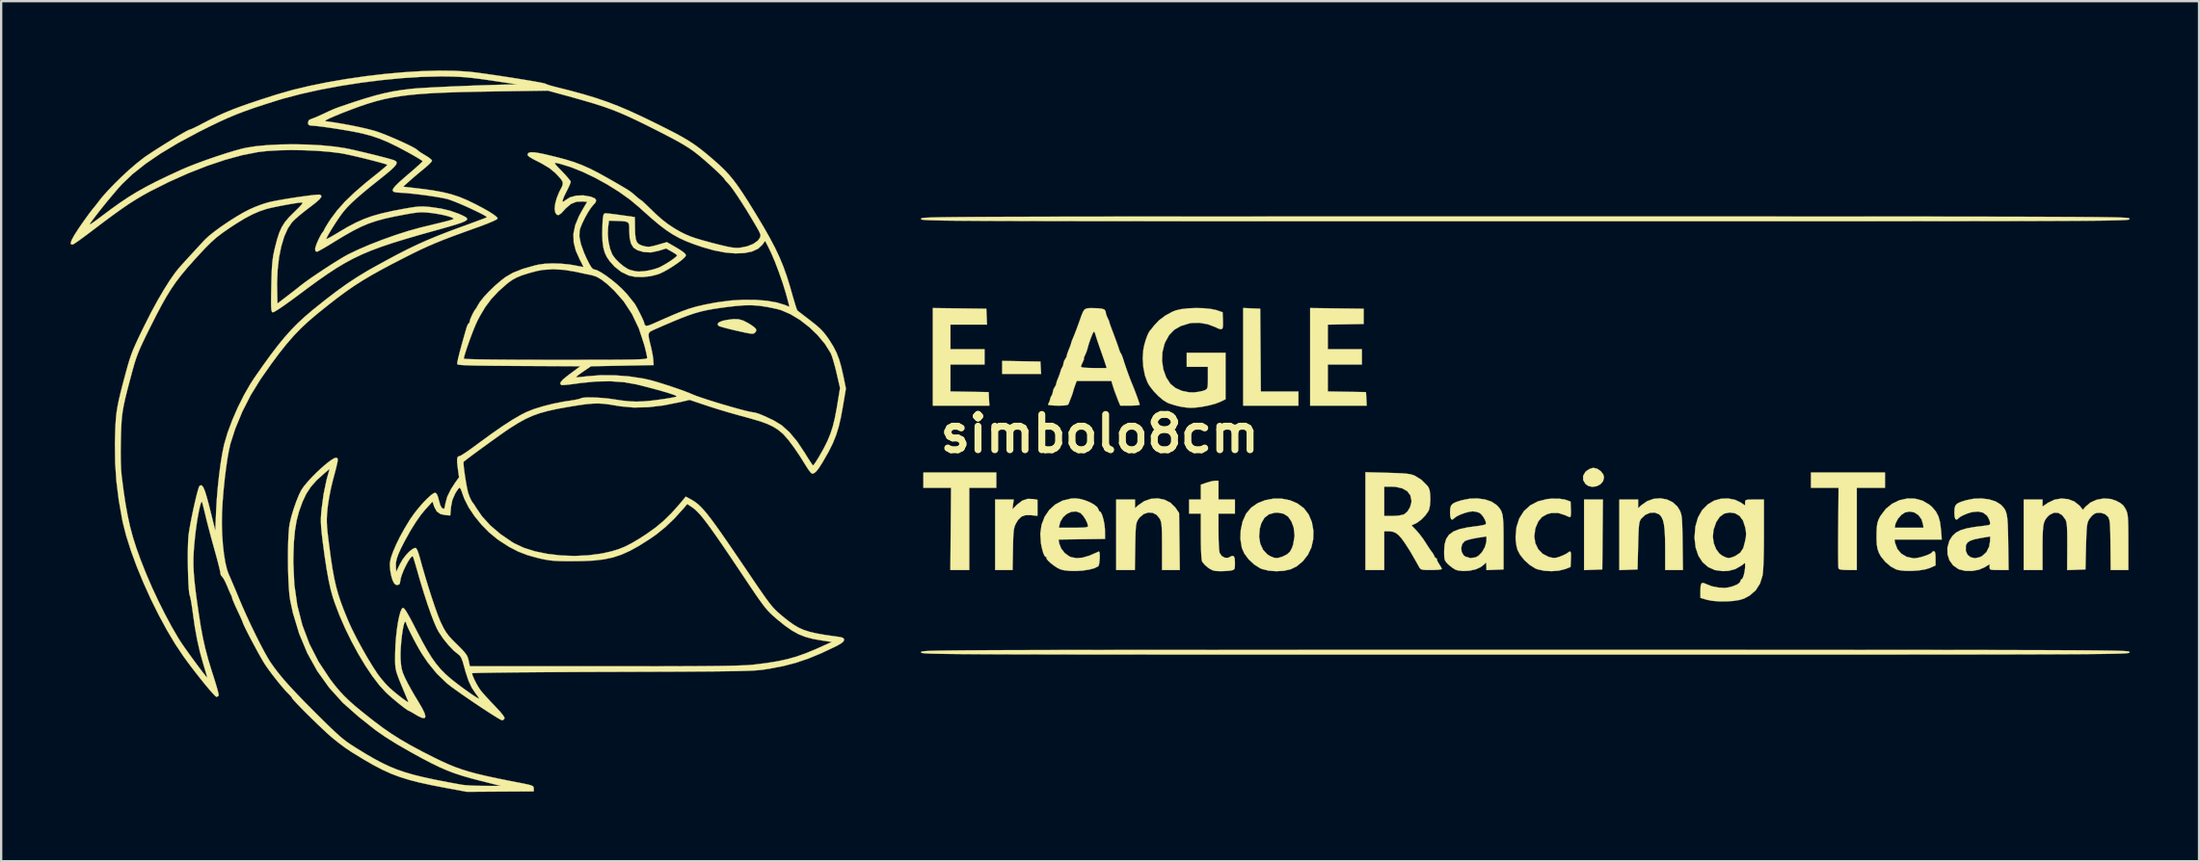
<source format=kicad_pcb>
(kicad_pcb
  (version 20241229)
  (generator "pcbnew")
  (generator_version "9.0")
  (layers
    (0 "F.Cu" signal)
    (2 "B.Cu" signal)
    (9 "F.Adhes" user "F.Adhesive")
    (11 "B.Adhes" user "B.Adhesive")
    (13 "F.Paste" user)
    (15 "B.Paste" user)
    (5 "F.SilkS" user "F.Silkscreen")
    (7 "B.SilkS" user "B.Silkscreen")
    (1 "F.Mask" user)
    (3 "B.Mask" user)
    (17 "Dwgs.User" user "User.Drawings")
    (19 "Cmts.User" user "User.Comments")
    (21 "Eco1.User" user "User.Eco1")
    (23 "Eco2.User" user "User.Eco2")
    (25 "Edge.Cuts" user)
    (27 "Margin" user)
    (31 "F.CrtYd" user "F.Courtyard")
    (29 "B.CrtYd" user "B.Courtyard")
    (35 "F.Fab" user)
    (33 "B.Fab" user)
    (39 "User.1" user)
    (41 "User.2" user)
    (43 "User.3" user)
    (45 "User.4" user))
  (footprint "simbolo8cm"
    (layer "F.Cu")
    (at 44.475 15.714)
    (property "Reference" "simbolo8cm" (at 0 0 0) (layer "F.SilkS") (effects (font (size 1.524 1.524) (thickness 0.3))))
    (attr through_hole)
    (fp_poly (pts (xy -3.391 -3.138) (xy -2.565 -3.124) (xy -2.55 -2.857) (xy -2.535 -2.591) (xy -4.216 -2.591) (xy -4.216 -3.152) (xy -3.391 -3.138)) (stroke (width 0.01) (type solid)) (fill yes) (layer "F.SilkS"))
    (fp_poly (pts (xy 21.73 4.356) (xy 21.717 5.867) (xy 21.323 5.882) (xy 20.93 5.897) (xy 20.93 2.845) (xy 21.744 2.845) (xy 21.73 4.356)) (stroke (width 0.01) (type solid)) (fill yes) (layer "F.SilkS"))
    (fp_poly (pts (xy 6.934 -5.41) (xy 6.948 -3.619) (xy 6.961 -1.829) (xy 8.585 -1.829) (xy 8.585 -1.219) (xy 6.198 -1.219) (xy 6.198 -5.44) (xy 6.934 -5.41)) (stroke (width 0.01) (type solid)) (fill yes) (layer "F.SilkS"))
    (fp_poly (pts (xy -4.47 2.337) (xy -5.639 2.337) (xy -5.639 5.893) (xy -6.454 5.893) (xy -6.44 4.115) (xy -6.426 2.337) (xy -7.023 2.337) (xy -7.62 2.337) (xy -7.62 1.676) (xy -4.47 1.676) (xy -4.47 2.337)) (stroke (width 0.01) (type solid)) (fill yes) (layer "F.SilkS"))
    (fp_poly (pts (xy -4.902 -5.41) (xy -4.872 -4.724) (xy -6.452 -4.724) (xy -6.452 -3.658) (xy -4.978 -3.658) (xy -4.978 -2.997) (xy -6.452 -2.997) (xy -6.452 -1.831) (xy -5.626 -1.817) (xy -4.801 -1.803) (xy -4.77 -1.219) (xy -7.214 -1.219) (xy -7.214 -5.438) (xy -4.902 -5.41)) (stroke (width 0.01) (type solid)) (fill yes) (layer "F.SilkS"))
    (fp_poly (pts (xy 11.405 -5.41) (xy 11.405 -4.75) (xy 9.855 -4.722) (xy 9.855 -3.658) (xy 11.328 -3.658) (xy 11.328 -2.997) (xy 9.855 -2.997) (xy 9.855 -1.831) (xy 10.681 -1.817) (xy 11.506 -1.803) (xy 11.537 -1.219) (xy 9.093 -1.219) (xy 9.093 -5.438) (xy 11.405 -5.41)) (stroke (width 0.01) (type solid)) (fill yes) (layer "F.SilkS"))
    (fp_poly (pts (xy 21.501 1.514) (xy 21.653 1.618) (xy 21.76 1.759) (xy 21.793 1.886) (xy 21.749 2.055) (xy 21.633 2.186) (xy 21.471 2.269) (xy 21.289 2.295) (xy 21.113 2.256) (xy 20.989 2.168) (xy 20.891 2.001) (xy 20.888 1.824) (xy 20.981 1.658) (xy 21.035 1.605) (xy 21.179 1.515) (xy 21.322 1.474) (xy 21.336 1.473) (xy 21.501 1.514)) (stroke (width 0.01) (type solid)) (fill yes) (layer "F.SilkS"))
    (fp_poly (pts (xy 33.934 2.337) (xy 32.715 2.337) (xy 32.715 5.893) (xy 32.333 5.893) (xy 32.107 5.885) (xy 31.973 5.862) (xy 31.925 5.827) (xy 31.919 5.762) (xy 31.915 5.608) (xy 31.912 5.377) (xy 31.91 5.081) (xy 31.91 4.733) (xy 31.912 4.345) (xy 31.914 4.049) (xy 31.928 2.337) (xy 30.734 2.337) (xy 30.734 1.676) (xy 33.934 1.676) (xy 33.934 2.337)) (stroke (width 0.01) (type solid)) (fill yes) (layer "F.SilkS"))
    (fp_poly (pts (xy -2.861 2.824) (xy -2.692 2.856) (xy -2.692 3.549) (xy -2.97 3.52) (xy -3.206 3.519) (xy -3.382 3.581) (xy -3.525 3.721) (xy -3.619 3.874) (xy -3.66 3.961) (xy -3.691 4.051) (xy -3.713 4.164) (xy -3.729 4.316) (xy -3.739 4.525) (xy -3.747 4.809) (xy -3.75 4.991) (xy -3.767 5.893) (xy -4.521 5.893) (xy -4.521 2.845) (xy -3.718 2.845) (xy -3.746 3.056) (xy -3.775 3.267) (xy -3.572 3.064) (xy -3.347 2.89) (xy -3.108 2.813) (xy -2.861 2.824)) (stroke (width 0.01) (type solid)) (fill yes) (layer "F.SilkS"))
    (fp_poly (pts (xy -15.608 -4.955) (xy -15.408 -4.899) (xy -15.19 -4.786) (xy -15.124 -4.746) (xy -14.949 -4.626) (xy -14.858 -4.535) (xy -14.842 -4.457) (xy -14.894 -4.38) (xy -14.895 -4.379) (xy -14.93 -4.349) (xy -14.974 -4.332) (xy -15.042 -4.329) (xy -15.151 -4.343) (xy -15.316 -4.375) (xy -15.553 -4.427) (xy -15.773 -4.477) (xy -16.021 -4.536) (xy -16.234 -4.592) (xy -16.391 -4.638) (xy -16.473 -4.669) (xy -16.479 -4.673) (xy -16.514 -4.754) (xy -16.449 -4.826) (xy -16.288 -4.889) (xy -16.104 -4.927) (xy -15.827 -4.962) (xy -15.608 -4.955)) (stroke (width 0.01) (type solid)) (fill yes) (layer "F.SilkS"))
    (fp_poly (pts (xy 2.799 2.851) (xy 3.057 2.983) (xy 3.266 3.189) (xy 3.284 3.215) (xy 3.429 3.429) (xy 3.459 5.893) (xy 2.692 5.893) (xy 2.692 4.879) (xy 2.691 4.521) (xy 2.687 4.249) (xy 2.679 4.047) (xy 2.665 3.902) (xy 2.644 3.796) (xy 2.616 3.716) (xy 2.603 3.688) (xy 2.468 3.513) (xy 2.291 3.419) (xy 2.095 3.405) (xy 1.9 3.471) (xy 1.726 3.617) (xy 1.662 3.704) (xy 1.623 3.773) (xy 1.594 3.848) (xy 1.573 3.944) (xy 1.558 4.077) (xy 1.547 4.262) (xy 1.54 4.517) (xy 1.533 4.856) (xy 1.533 4.889) (xy 1.516 5.893) (xy 0.711 5.893) (xy 0.711 2.845) (xy 1.524 2.845) (xy 1.524 3.219) (xy 1.664 3.091) (xy 1.923 2.913) (xy 2.212 2.814) (xy 2.511 2.794) (xy 2.799 2.851)) (stroke (width 0.01) (type solid)) (fill yes) (layer "F.SilkS"))
    (fp_poly (pts (xy 24.508 2.841) (xy 24.76 2.961) (xy 24.963 3.149) (xy 25.056 3.297) (xy 25.093 3.378) (xy 25.122 3.46) (xy 25.143 3.559) (xy 25.158 3.688) (xy 25.169 3.864) (xy 25.177 4.101) (xy 25.183 4.413) (xy 25.187 4.712) (xy 25.202 5.893) (xy 24.435 5.893) (xy 24.435 4.962) (xy 24.43 4.535) (xy 24.414 4.197) (xy 24.385 3.937) (xy 24.341 3.743) (xy 24.279 3.603) (xy 24.198 3.506) (xy 24.165 3.479) (xy 23.98 3.407) (xy 23.774 3.419) (xy 23.573 3.508) (xy 23.403 3.668) (xy 23.398 3.674) (xy 23.362 3.73) (xy 23.334 3.798) (xy 23.313 3.891) (xy 23.298 4.025) (xy 23.286 4.215) (xy 23.276 4.476) (xy 23.267 4.823) (xy 23.266 4.842) (xy 23.241 5.867) (xy 22.847 5.882) (xy 22.454 5.897) (xy 22.454 2.845) (xy 23.266 2.845) (xy 23.266 3.219) (xy 23.406 3.089) (xy 23.658 2.913) (xy 23.938 2.814) (xy 24.228 2.791) (xy 24.508 2.841)) (stroke (width 0.01) (type solid)) (fill yes) (layer "F.SilkS"))
    (fp_poly (pts (xy 5.131 2.032) (xy 5.131 2.845) (xy 5.842 2.845) (xy 5.842 3.454) (xy 5.131 3.454) (xy 5.131 4.238) (xy 5.134 4.521) (xy 5.143 4.776) (xy 5.156 4.983) (xy 5.172 5.119) (xy 5.181 5.154) (xy 5.271 5.285) (xy 5.402 5.361) (xy 5.54 5.366) (xy 5.591 5.344) (xy 5.715 5.283) (xy 5.791 5.295) (xy 5.831 5.388) (xy 5.842 5.571) (xy 5.842 5.582) (xy 5.839 5.749) (xy 5.823 5.841) (xy 5.78 5.886) (xy 5.697 5.909) (xy 5.683 5.912) (xy 5.545 5.929) (xy 5.354 5.941) (xy 5.208 5.944) (xy 5.013 5.936) (xy 4.873 5.903) (xy 4.742 5.833) (xy 4.679 5.79) (xy 4.545 5.674) (xy 4.445 5.556) (xy 4.418 5.507) (xy 4.402 5.416) (xy 4.389 5.243) (xy 4.378 5.005) (xy 4.371 4.721) (xy 4.369 4.416) (xy 4.369 3.454) (xy 3.861 3.454) (xy 3.861 2.845) (xy 4.369 2.845) (xy 4.369 2.204) (xy 4.61 2.118) (xy 4.782 2.066) (xy 4.939 2.036) (xy 4.991 2.032) (xy 5.131 2.032)) (stroke (width 0.01) (type solid)) (fill yes) (layer "F.SilkS"))
    (fp_poly (pts (xy 19.865 2.808) (xy 20.114 2.849) (xy 20.142 2.859) (xy 20.345 2.931) (xy 20.36 3.269) (xy 20.362 3.439) (xy 20.351 3.56) (xy 20.33 3.607) (xy 20.33 3.607) (xy 20.258 3.586) (xy 20.14 3.534) (xy 20.122 3.525) (xy 19.82 3.427) (xy 19.516 3.427) (xy 19.33 3.477) (xy 19.113 3.599) (xy 18.954 3.785) (xy 18.84 4.05) (xy 18.819 4.124) (xy 18.779 4.442) (xy 18.824 4.736) (xy 18.947 4.991) (xy 19.141 5.192) (xy 19.398 5.324) (xy 19.434 5.335) (xy 19.592 5.369) (xy 19.722 5.364) (xy 19.882 5.315) (xy 19.901 5.308) (xy 20.059 5.242) (xy 20.185 5.176) (xy 20.222 5.149) (xy 20.298 5.095) (xy 20.343 5.101) (xy 20.363 5.179) (xy 20.363 5.343) (xy 20.36 5.422) (xy 20.345 5.763) (xy 20.117 5.851) (xy 19.842 5.92) (xy 19.526 5.944) (xy 19.206 5.925) (xy 18.922 5.863) (xy 18.821 5.823) (xy 18.579 5.671) (xy 18.349 5.463) (xy 18.161 5.227) (xy 18.052 5.017) (xy 18.009 4.845) (xy 17.979 4.628) (xy 17.97 4.47) (xy 18.009 4.038) (xy 18.131 3.662) (xy 18.33 3.346) (xy 18.601 3.098) (xy 18.94 2.921) (xy 19.34 2.823) (xy 19.527 2.806) (xy 19.865 2.808)) (stroke (width 0.01) (type solid)) (fill yes) (layer "F.SilkS"))
    (fp_poly (pts (xy 8.214 2.874) (xy 8.538 3.01) (xy 8.817 3.216) (xy 8.823 3.222) (xy 9.028 3.491) (xy 9.166 3.819) (xy 9.232 4.185) (xy 9.224 4.566) (xy 9.146 4.914) (xy 8.997 5.23) (xy 8.78 5.509) (xy 8.517 5.729) (xy 8.254 5.86) (xy 7.955 5.927) (xy 7.622 5.946) (xy 7.292 5.919) (xy 7.004 5.846) (xy 6.924 5.812) (xy 6.667 5.648) (xy 6.434 5.429) (xy 6.25 5.181) (xy 6.143 4.943) (xy 6.081 4.568) (xy 6.084 4.444) (xy 6.887 4.444) (xy 6.936 4.754) (xy 7.058 5.018) (xy 7.247 5.22) (xy 7.375 5.299) (xy 7.545 5.367) (xy 7.693 5.375) (xy 7.867 5.325) (xy 7.912 5.307) (xy 8.1 5.211) (xy 8.224 5.095) (xy 8.312 4.928) (xy 8.36 4.782) (xy 8.421 4.41) (xy 8.381 4.054) (xy 8.286 3.797) (xy 8.139 3.583) (xy 7.941 3.455) (xy 7.688 3.411) (xy 7.559 3.416) (xy 7.31 3.484) (xy 7.118 3.634) (xy 6.982 3.868) (xy 6.916 4.101) (xy 6.887 4.444) (xy 6.084 4.444) (xy 6.092 4.174) (xy 6.173 3.796) (xy 6.321 3.464) (xy 6.332 3.446) (xy 6.546 3.193) (xy 6.824 3.002) (xy 7.148 2.872) (xy 7.5 2.806) (xy 7.862 2.806) (xy 8.214 2.874)) (stroke (width 0.01) (type solid)) (fill yes) (layer "F.SilkS"))
    (fp_poly (pts (xy 35.228 2.805) (xy 35.552 2.892) (xy 35.849 3.063) (xy 35.975 3.174) (xy 36.133 3.361) (xy 36.243 3.571) (xy 36.314 3.829) (xy 36.355 4.16) (xy 36.357 4.178) (xy 36.387 4.572) (xy 34.343 4.572) (xy 34.374 4.737) (xy 34.47 4.987) (xy 34.642 5.188) (xy 34.874 5.324) (xy 35.149 5.383) (xy 35.198 5.385) (xy 35.335 5.369) (xy 35.506 5.33) (xy 35.681 5.275) (xy 35.835 5.215) (xy 35.938 5.159) (xy 35.966 5.124) (xy 36.008 5.085) (xy 36.043 5.08) (xy 36.087 5.103) (xy 36.11 5.186) (xy 36.119 5.347) (xy 36.119 5.388) (xy 36.119 5.695) (xy 35.877 5.803) (xy 35.668 5.867) (xy 35.396 5.91) (xy 35.097 5.931) (xy 34.803 5.929) (xy 34.549 5.901) (xy 34.414 5.865) (xy 34.176 5.736) (xy 33.946 5.538) (xy 33.757 5.304) (xy 33.672 5.15) (xy 33.613 4.983) (xy 33.58 4.795) (xy 33.569 4.552) (xy 33.569 4.475) (xy 33.573 4.199) (xy 33.581 4.064) (xy 34.355 4.064) (xy 35.597 4.064) (xy 35.584 3.943) (xy 35.517 3.707) (xy 35.385 3.523) (xy 35.207 3.404) (xy 35.001 3.362) (xy 34.799 3.403) (xy 34.634 3.515) (xy 34.488 3.686) (xy 34.393 3.875) (xy 34.381 3.924) (xy 34.355 4.064) (xy 33.581 4.064) (xy 33.585 3.999) (xy 33.611 3.847) (xy 33.654 3.719) (xy 33.721 3.587) (xy 33.749 3.539) (xy 33.972 3.246) (xy 34.248 3.023) (xy 34.56 2.873) (xy 34.892 2.8) (xy 35.228 2.805)) (stroke (width 0.01) (type solid)) (fill yes) (layer "F.SilkS"))
    (fp_poly (pts (xy 4.481 -5.431) (xy 4.786 -5.403) (xy 5.027 -5.353) (xy 5.055 -5.344) (xy 5.309 -5.258) (xy 5.324 -4.889) (xy 5.326 -4.68) (xy 5.305 -4.561) (xy 5.246 -4.52) (xy 5.135 -4.548) (xy 4.988 -4.618) (xy 4.663 -4.74) (xy 4.31 -4.801) (xy 3.969 -4.794) (xy 3.87 -4.776) (xy 3.505 -4.663) (xy 3.219 -4.498) (xy 2.998 -4.27) (xy 2.83 -3.966) (xy 2.794 -3.878) (xy 2.707 -3.524) (xy 2.693 -3.149) (xy 2.749 -2.779) (xy 2.871 -2.44) (xy 3.055 -2.158) (xy 3.056 -2.157) (xy 3.273 -1.98) (xy 3.553 -1.856) (xy 3.867 -1.793) (xy 4.089 -1.792) (xy 4.281 -1.817) (xy 4.452 -1.854) (xy 4.534 -1.882) (xy 4.599 -1.916) (xy 4.64 -1.96) (xy 4.662 -2.034) (xy 4.672 -2.162) (xy 4.674 -2.365) (xy 4.674 -2.421) (xy 4.674 -2.896) (xy 3.759 -2.896) (xy 3.759 -3.505) (xy 5.436 -3.505) (xy 5.436 -1.493) (xy 5.197 -1.378) (xy 4.989 -1.299) (xy 4.716 -1.227) (xy 4.417 -1.168) (xy 4.128 -1.132) (xy 3.912 -1.123) (xy 3.724 -1.138) (xy 3.505 -1.172) (xy 3.404 -1.193) (xy 3.203 -1.247) (xy 3.007 -1.312) (xy 2.927 -1.343) (xy 2.74 -1.457) (xy 2.532 -1.633) (xy 2.329 -1.845) (xy 2.157 -2.066) (xy 2.069 -2.214) (xy 1.955 -2.521) (xy 1.883 -2.886) (xy 1.858 -3.271) (xy 1.882 -3.622) (xy 1.924 -3.836) (xy 1.987 -4.058) (xy 2.06 -4.259) (xy 2.133 -4.409) (xy 2.181 -4.47) (xy 2.227 -4.524) (xy 2.308 -4.628) (xy 2.348 -4.681) (xy 2.559 -4.905) (xy 2.834 -5.113) (xy 3.138 -5.279) (xy 3.28 -5.335) (xy 3.514 -5.39) (xy 3.813 -5.425) (xy 4.147 -5.439) (xy 4.481 -5.431)) (stroke (width 0.01) (type solid)) (fill yes) (layer "F.SilkS"))
    (fp_poly (pts (xy 43.687 2.819) (xy 43.917 2.894) (xy 44.103 2.994) (xy 44.225 3.093) (xy 44.314 3.222) (xy 44.361 3.316) (xy 44.39 3.391) (xy 44.412 3.482) (xy 44.428 3.605) (xy 44.439 3.773) (xy 44.446 3.999) (xy 44.449 4.299) (xy 44.45 4.685) (xy 44.45 4.701) (xy 44.45 5.893) (xy 43.688 5.893) (xy 43.68 4.991) (xy 43.676 4.6) (xy 43.671 4.297) (xy 43.664 4.069) (xy 43.655 3.902) (xy 43.642 3.784) (xy 43.623 3.7) (xy 43.599 3.638) (xy 43.567 3.584) (xy 43.566 3.583) (xy 43.441 3.474) (xy 43.265 3.418) (xy 43.08 3.423) (xy 42.982 3.46) (xy 42.872 3.552) (xy 42.766 3.685) (xy 42.751 3.709) (xy 42.714 3.781) (xy 42.686 3.865) (xy 42.665 3.977) (xy 42.65 4.133) (xy 42.638 4.348) (xy 42.628 4.64) (xy 42.621 4.877) (xy 42.596 5.867) (xy 42.201 5.882) (xy 41.806 5.897) (xy 41.811 4.883) (xy 41.811 4.518) (xy 41.807 4.241) (xy 41.799 4.036) (xy 41.785 3.89) (xy 41.764 3.788) (xy 41.736 3.716) (xy 41.736 3.715) (xy 41.594 3.523) (xy 41.425 3.421) (xy 41.24 3.413) (xy 41.055 3.501) (xy 40.971 3.577) (xy 40.898 3.663) (xy 40.842 3.753) (xy 40.801 3.864) (xy 40.773 4.009) (xy 40.756 4.204) (xy 40.746 4.463) (xy 40.743 4.801) (xy 40.742 5.016) (xy 40.742 5.893) (xy 39.929 5.893) (xy 39.929 2.845) (xy 40.742 2.845) (xy 40.742 3.146) (xy 40.98 2.985) (xy 41.256 2.852) (xy 41.553 2.8) (xy 41.847 2.827) (xy 42.117 2.93) (xy 42.34 3.107) (xy 42.373 3.146) (xy 42.486 3.289) (xy 42.599 3.155) (xy 42.814 2.973) (xy 43.086 2.852) (xy 43.386 2.799) (xy 43.687 2.819)) (stroke (width 0.01) (type solid)) (fill yes) (layer "F.SilkS"))
    (fp_poly (pts (xy -0.858 2.817) (xy -0.635 2.878) (xy -0.421 2.965) (xy -0.237 3.068) (xy -0.107 3.176) (xy -0.051 3.278) (xy -0.051 3.288) (xy -0.023 3.348) (xy -0.007 3.353) (xy 0.048 3.399) (xy 0.106 3.523) (xy 0.158 3.699) (xy 0.2 3.904) (xy 0.223 4.114) (xy 0.225 4.191) (xy 0.229 4.547) (xy -0.777 4.56) (xy -1.782 4.574) (xy -1.747 4.76) (xy -1.664 4.968) (xy -1.511 5.16) (xy -1.318 5.301) (xy -1.232 5.338) (xy -1.003 5.38) (xy -0.744 5.358) (xy -0.442 5.27) (xy -0.083 5.113) (xy -0.038 5.091) (xy -0.013 5.12) (xy -0.000324 5.219) (xy 0.000331 5.359) (xy -0.01 5.51) (xy -0.029 5.64) (xy -0.056 5.721) (xy -0.064 5.729) (xy -0.218 5.81) (xy -0.447 5.872) (xy -0.722 5.915) (xy -1.018 5.935) (xy -1.307 5.931) (xy -1.563 5.9) (xy -1.705 5.862) (xy -1.831 5.801) (xy -1.973 5.707) (xy -2.113 5.599) (xy -2.227 5.493) (xy -2.295 5.408) (xy -2.301 5.366) (xy -2.306 5.336) (xy -2.322 5.334) (xy -2.384 5.285) (xy -2.446 5.141) (xy -2.507 4.912) (xy -2.54 4.739) (xy -2.569 4.324) (xy -2.532 4.064) (xy -1.767 4.064) (xy -1.138 4.064) (xy -0.871 4.062) (xy -0.69 4.056) (xy -0.58 4.043) (xy -0.524 4.021) (xy -0.508 3.989) (xy -0.508 3.986) (xy -0.54 3.856) (xy -0.62 3.693) (xy -0.725 3.538) (xy -0.83 3.43) (xy -0.84 3.423) (xy -1.023 3.358) (xy -1.224 3.375) (xy -1.418 3.462) (xy -1.585 3.608) (xy -1.7 3.8) (xy -1.728 3.89) (xy -1.767 4.064) (xy -2.532 4.064) (xy -2.514 3.938) (xy -2.382 3.591) (xy -2.181 3.294) (xy -1.92 3.057) (xy -1.606 2.89) (xy -1.247 2.804) (xy -1.067 2.794) (xy -0.858 2.817)) (stroke (width 0.01) (type solid)) (fill yes) (layer "F.SilkS"))
    (fp_poly (pts (xy 12.434 1.687) (xy 12.784 1.698) (xy 13.05 1.71) (xy 13.248 1.725) (xy 13.395 1.746) (xy 13.509 1.773) (xy 13.606 1.81) (xy 13.615 1.814) (xy 13.901 1.99) (xy 14.145 2.234) (xy 14.211 2.324) (xy 14.257 2.453) (xy 14.282 2.648) (xy 14.286 2.872) (xy 14.27 3.092) (xy 14.233 3.273) (xy 14.208 3.335) (xy 14.078 3.524) (xy 13.9 3.708) (xy 13.71 3.85) (xy 13.632 3.891) (xy 13.472 3.96) (xy 13.683 4.18) (xy 13.821 4.342) (xy 13.974 4.546) (xy 14.094 4.728) (xy 14.2 4.895) (xy 14.293 5.033) (xy 14.354 5.114) (xy 14.358 5.118) (xy 14.426 5.221) (xy 14.453 5.284) (xy 14.502 5.366) (xy 14.541 5.385) (xy 14.574 5.404) (xy 14.567 5.414) (xy 14.575 5.47) (xy 14.629 5.576) (xy 14.66 5.625) (xy 14.736 5.746) (xy 14.779 5.833) (xy 14.783 5.849) (xy 14.736 5.868) (xy 14.61 5.883) (xy 14.428 5.892) (xy 14.328 5.893) (xy 14.11 5.891) (xy 13.971 5.882) (xy 13.888 5.86) (xy 13.839 5.821) (xy 13.808 5.773) (xy 13.721 5.617) (xy 13.618 5.435) (xy 13.516 5.257) (xy 13.432 5.112) (xy 13.385 5.035) (xy 13.196 4.741) (xy 13.042 4.526) (xy 12.909 4.378) (xy 12.786 4.284) (xy 12.66 4.235) (xy 12.517 4.217) (xy 12.474 4.216) (xy 12.294 4.216) (xy 12.294 5.893) (xy 11.481 5.893) (xy 11.481 2.286) (xy 12.294 2.286) (xy 12.294 3.556) (xy 12.652 3.556) (xy 12.914 3.541) (xy 13.113 3.498) (xy 13.164 3.476) (xy 13.302 3.356) (xy 13.411 3.174) (xy 13.468 2.967) (xy 13.472 2.887) (xy 13.422 2.659) (xy 13.288 2.482) (xy 13.073 2.36) (xy 12.784 2.295) (xy 12.597 2.286) (xy 12.294 2.286) (xy 11.481 2.286) (xy 11.481 1.662) (xy 12.434 1.687)) (stroke (width 0.01) (type solid)) (fill yes) (layer "F.SilkS"))
    (fp_poly (pts (xy 38.429 2.837) (xy 38.71 2.924) (xy 38.925 3.054) (xy 38.947 3.073) (xy 39.035 3.165) (xy 39.105 3.256) (xy 39.157 3.363) (xy 39.195 3.497) (xy 39.222 3.674) (xy 39.239 3.907) (xy 39.25 4.21) (xy 39.257 4.597) (xy 39.259 4.712) (xy 39.275 5.893) (xy 38.865 5.893) (xy 38.663 5.891) (xy 38.541 5.883) (xy 38.48 5.862) (xy 38.458 5.82) (xy 38.456 5.765) (xy 38.456 5.638) (xy 38.24 5.774) (xy 37.993 5.88) (xy 37.701 5.933) (xy 37.403 5.929) (xy 37.14 5.865) (xy 37.104 5.85) (xy 36.879 5.692) (xy 36.721 5.473) (xy 36.637 5.212) (xy 36.634 5.065) (xy 37.426 5.065) (xy 37.502 5.234) (xy 37.639 5.342) (xy 37.818 5.382) (xy 38.025 5.341) (xy 38.136 5.285) (xy 38.319 5.116) (xy 38.436 4.882) (xy 38.474 4.65) (xy 38.481 4.439) (xy 38.075 4.509) (xy 37.802 4.564) (xy 37.615 4.627) (xy 37.499 4.705) (xy 37.439 4.805) (xy 37.428 4.848) (xy 37.426 5.065) (xy 36.634 5.065) (xy 36.632 4.93) (xy 36.712 4.644) (xy 36.732 4.602) (xy 36.849 4.418) (xy 37.002 4.276) (xy 37.207 4.168) (xy 37.479 4.088) (xy 37.832 4.027) (xy 37.962 4.012) (xy 38.168 3.986) (xy 38.335 3.962) (xy 38.437 3.943) (xy 38.456 3.937) (xy 38.48 3.869) (xy 38.454 3.75) (xy 38.389 3.612) (xy 38.335 3.534) (xy 38.174 3.411) (xy 37.954 3.362) (xy 37.685 3.39) (xy 37.482 3.452) (xy 37.317 3.522) (xy 37.187 3.592) (xy 37.133 3.634) (xy 37.042 3.712) (xy 36.977 3.693) (xy 36.941 3.575) (xy 36.932 3.405) (xy 36.94 3.229) (xy 36.976 3.107) (xy 37.057 3.02) (xy 37.202 2.949) (xy 37.428 2.877) (xy 37.436 2.875) (xy 37.767 2.809) (xy 38.106 2.798) (xy 38.429 2.837)) (stroke (width 0.01) (type solid)) (fill yes) (layer "F.SilkS"))
    (fp_poly (pts (xy 16.65 2.841) (xy 16.93 2.935) (xy 17.143 3.076) (xy 17.152 3.085) (xy 17.243 3.18) (xy 17.313 3.271) (xy 17.365 3.372) (xy 17.402 3.497) (xy 17.426 3.661) (xy 17.441 3.877) (xy 17.448 4.161) (xy 17.45 4.527) (xy 17.45 4.699) (xy 17.45 5.867) (xy 17.081 5.882) (xy 16.713 5.897) (xy 16.709 5.705) (xy 16.701 5.599) (xy 16.685 5.568) (xy 16.679 5.578) (xy 16.623 5.642) (xy 16.51 5.731) (xy 16.442 5.777) (xy 16.238 5.866) (xy 15.984 5.921) (xy 15.72 5.937) (xy 15.484 5.913) (xy 15.367 5.875) (xy 15.233 5.792) (xy 15.087 5.674) (xy 15.05 5.639) (xy 14.967 5.55) (xy 14.917 5.47) (xy 14.893 5.367) (xy 14.885 5.211) (xy 14.884 5.072) (xy 14.894 4.934) (xy 15.621 4.934) (xy 15.639 5.106) (xy 15.72 5.251) (xy 15.792 5.308) (xy 16.014 5.377) (xy 16.234 5.348) (xy 16.364 5.279) (xy 16.522 5.117) (xy 16.645 4.901) (xy 16.709 4.675) (xy 16.713 4.608) (xy 16.713 4.437) (xy 16.301 4.503) (xy 16.092 4.543) (xy 15.91 4.59) (xy 15.789 4.635) (xy 15.774 4.643) (xy 15.665 4.768) (xy 15.621 4.934) (xy 14.894 4.934) (xy 14.905 4.78) (xy 14.972 4.547) (xy 15.096 4.365) (xy 15.286 4.227) (xy 15.551 4.123) (xy 15.901 4.048) (xy 16.184 4.01) (xy 16.39 3.982) (xy 16.558 3.952) (xy 16.663 3.923) (xy 16.681 3.913) (xy 16.691 3.839) (xy 16.649 3.722) (xy 16.574 3.59) (xy 16.48 3.476) (xy 16.404 3.417) (xy 16.262 3.371) (xy 16.118 3.354) (xy 15.968 3.373) (xy 15.78 3.423) (xy 15.59 3.492) (xy 15.431 3.568) (xy 15.34 3.634) (xy 15.248 3.712) (xy 15.184 3.693) (xy 15.148 3.575) (xy 15.138 3.405) (xy 15.146 3.229) (xy 15.182 3.107) (xy 15.264 3.02) (xy 15.409 2.949) (xy 15.635 2.877) (xy 15.643 2.875) (xy 15.984 2.807) (xy 16.327 2.797) (xy 16.65 2.841)) (stroke (width 0.01) (type solid)) (fill yes) (layer "F.SilkS"))
    (fp_poly (pts (xy -21.309 -9.534) (xy -21.153 -9.519) (xy -20.942 -9.493) (xy -20.701 -9.46) (xy -20.091 -9.373) (xy -20.085 -8.915) (xy -20.076 -8.632) (xy -20.052 -8.431) (xy -20.005 -8.296) (xy -19.926 -8.209) (xy -19.809 -8.151) (xy -19.735 -8.128) (xy -19.604 -8.097) (xy -19.489 -8.089) (xy -19.355 -8.108) (xy -19.169 -8.156) (xy -19.102 -8.175) (xy -18.706 -8.29) (xy -18.294 -8.052) (xy -18.071 -7.914) (xy -17.936 -7.809) (xy -17.883 -7.73) (xy -17.882 -7.718) (xy -17.923 -7.647) (xy -18.036 -7.541) (xy -18.201 -7.413) (xy -18.399 -7.275) (xy -18.611 -7.14) (xy -18.82 -7.021) (xy -19.006 -6.932) (xy -19.073 -6.905) (xy -19.402 -6.819) (xy -19.747 -6.78) (xy -20.074 -6.788) (xy -20.348 -6.845) (xy -20.354 -6.847) (xy -20.677 -7.002) (xy -20.962 -7.226) (xy -21.18 -7.469) (xy -21.302 -7.647) (xy -21.392 -7.839) (xy -21.453 -8.062) (xy -21.488 -8.331) (xy -21.498 -8.645) (xy -21.259 -8.645) (xy -21.231 -8.327) (xy -21.168 -8.025) (xy -21.074 -7.776) (xy -21.052 -7.734) (xy -20.929 -7.568) (xy -20.76 -7.397) (xy -20.572 -7.242) (xy -20.394 -7.128) (xy -20.277 -7.082) (xy -20.158 -7.054) (xy -20.091 -7.035) (xy -19.931 -7.016) (xy -19.688 -7.033) (xy -19.48 -7.066) (xy -19.274 -7.116) (xy -19.073 -7.183) (xy -18.978 -7.224) (xy -18.792 -7.326) (xy -18.609 -7.439) (xy -18.447 -7.55) (xy -18.326 -7.644) (xy -18.266 -7.708) (xy -18.264 -7.724) (xy -18.32 -7.77) (xy -18.434 -7.844) (xy -18.515 -7.891) (xy -18.741 -8.017) (xy -19.061 -7.916) (xy -19.398 -7.845) (xy -19.711 -7.861) (xy -19.991 -7.947) (xy -20.15 -8.055) (xy -20.257 -8.229) (xy -20.316 -8.478) (xy -20.33 -8.776) (xy -20.331 -8.957) (xy -20.347 -9.076) (xy -20.396 -9.147) (xy -20.497 -9.184) (xy -20.666 -9.2) (xy -20.878 -9.208) (xy -21.207 -9.22) (xy -21.245 -8.941) (xy -21.259 -8.645) (xy -21.498 -8.645) (xy -21.498 -8.661) (xy -21.488 -9.07) (xy -21.477 -9.27) (xy -21.455 -9.442) (xy -21.412 -9.525) (xy -21.387 -9.536) (xy -21.309 -9.534)) (stroke (width 0.01) (type solid)) (fill yes) (layer "F.SilkS"))
    (fp_poly (pts (xy 27.454 2.856) (xy 27.679 2.961) (xy 27.889 3.1) (xy 27.889 2.973) (xy 27.893 2.909) (xy 27.92 2.871) (xy 27.99 2.852) (xy 28.123 2.846) (xy 28.296 2.845) (xy 28.702 2.845) (xy 28.702 4.335) (xy 28.7 4.83) (xy 28.693 5.261) (xy 28.682 5.62) (xy 28.668 5.897) (xy 28.649 6.084) (xy 28.643 6.126) (xy 28.532 6.481) (xy 28.351 6.766) (xy 28.091 6.993) (xy 27.844 7.129) (xy 27.643 7.19) (xy 27.374 7.231) (xy 27.066 7.251) (xy 26.752 7.249) (xy 26.461 7.225) (xy 26.226 7.178) (xy 25.959 7.097) (xy 25.959 6.774) (xy 25.967 6.58) (xy 26 6.474) (xy 26.069 6.448) (xy 26.184 6.488) (xy 26.225 6.509) (xy 26.452 6.596) (xy 26.724 6.651) (xy 26.992 6.667) (xy 27.14 6.652) (xy 27.364 6.595) (xy 27.543 6.52) (xy 27.656 6.438) (xy 27.686 6.374) (xy 27.713 6.307) (xy 27.734 6.299) (xy 27.78 6.254) (xy 27.826 6.138) (xy 27.864 5.981) (xy 27.886 5.815) (xy 27.889 5.751) (xy 27.889 5.583) (xy 27.724 5.705) (xy 27.465 5.853) (xy 27.172 5.929) (xy 26.929 5.942) (xy 26.587 5.896) (xy 26.292 5.764) (xy 26.051 5.553) (xy 25.869 5.27) (xy 25.752 4.922) (xy 25.705 4.515) (xy 25.705 4.461) (xy 26.495 4.461) (xy 26.536 4.74) (xy 26.636 4.991) (xy 26.785 5.188) (xy 26.908 5.278) (xy 27.067 5.353) (xy 27.192 5.375) (xy 27.326 5.345) (xy 27.466 5.286) (xy 27.677 5.145) (xy 27.805 4.954) (xy 27.822 4.902) (xy 27.886 4.657) (xy 27.922 4.476) (xy 27.932 4.329) (xy 27.919 4.183) (xy 27.894 4.048) (xy 27.8 3.758) (xy 27.654 3.556) (xy 27.455 3.438) (xy 27.225 3.404) (xy 26.99 3.45) (xy 26.794 3.59) (xy 26.641 3.819) (xy 26.53 4.136) (xy 26.521 4.177) (xy 26.495 4.461) (xy 25.705 4.461) (xy 25.705 4.459) (xy 25.742 4.01) (xy 25.853 3.622) (xy 26.034 3.3) (xy 26.284 3.048) (xy 26.559 2.888) (xy 26.847 2.809) (xy 27.157 2.799) (xy 27.454 2.856)) (stroke (width 0.01) (type solid)) (fill yes) (layer "F.SilkS"))
    (fp_poly (pts (xy -0.051 -5.428) (xy 0.119 -5.405) (xy 0.216 -5.362) (xy 0.252 -5.296) (xy 0.254 -5.275) (xy 0.277 -5.161) (xy 0.331 -5.027) (xy 0.386 -4.913) (xy 0.414 -4.841) (xy 0.414 -4.839) (xy 0.419 -4.809) (xy 0.432 -4.766) (xy 0.457 -4.693) (xy 0.502 -4.571) (xy 0.573 -4.383) (xy 0.635 -4.216) (xy 0.715 -4.002) (xy 0.781 -3.816) (xy 0.826 -3.684) (xy 0.839 -3.64) (xy 0.881 -3.528) (xy 0.907 -3.487) (xy 0.953 -3.401) (xy 1.001 -3.268) (xy 1.006 -3.251) (xy 1.059 -3.083) (xy 1.135 -2.86) (xy 1.22 -2.619) (xy 1.304 -2.391) (xy 1.374 -2.212) (xy 1.396 -2.159) (xy 1.453 -2.023) (xy 1.521 -1.847) (xy 1.593 -1.657) (xy 1.657 -1.478) (xy 1.705 -1.337) (xy 1.727 -1.261) (xy 1.727 -1.256) (xy 1.68 -1.239) (xy 1.556 -1.227) (xy 1.377 -1.22) (xy 1.308 -1.22) (xy 0.889 -1.22) (xy 0.807 -1.41) (xy 0.631 -1.873) (xy 0.552 -2.121) (xy 0.503 -2.286) (xy -0.996 -2.286) (xy -1.066 -2.095) (xy -1.115 -1.954) (xy -1.147 -1.846) (xy -1.15 -1.831) (xy -1.177 -1.737) (xy -1.227 -1.602) (xy -1.237 -1.577) (xy -1.294 -1.434) (xy -1.337 -1.319) (xy -1.34 -1.308) (xy -1.369 -1.264) (xy -1.433 -1.237) (xy -1.553 -1.224) (xy -1.751 -1.219) (xy -1.802 -1.219) (xy -1.997 -1.224) (xy -2.147 -1.236) (xy -2.228 -1.254) (xy -2.235 -1.262) (xy -2.204 -1.335) (xy -2.2 -1.339) (xy -2.165 -1.413) (xy -2.148 -1.486) (xy -2.113 -1.598) (xy -2.081 -1.647) (xy -2.039 -1.736) (xy -2.03 -1.801) (xy -1.999 -1.924) (xy -1.954 -2.004) (xy -1.896 -2.104) (xy -1.88 -2.163) (xy -1.861 -2.244) (xy -1.813 -2.375) (xy -1.794 -2.419) (xy -1.736 -2.569) (xy -1.696 -2.695) (xy -1.691 -2.717) (xy -1.653 -2.825) (xy -1.624 -2.867) (xy -1.609 -2.898) (xy -0.813 -2.898) (xy -0.763 -2.872) (xy -0.62 -2.855) (xy -0.389 -2.846) (xy -0.258 -2.845) (xy 0.298 -2.845) (xy 0.256 -2.985) (xy 0.222 -3.089) (xy 0.163 -3.263) (xy 0.088 -3.48) (xy 0.025 -3.658) (xy -0.054 -3.885) (xy -0.122 -4.087) (xy -0.17 -4.239) (xy -0.189 -4.305) (xy -0.223 -4.394) (xy -0.253 -4.42) (xy -0.286 -4.375) (xy -0.338 -4.26) (xy -0.4 -4.101) (xy -0.462 -3.924) (xy -0.513 -3.754) (xy -0.536 -3.663) (xy -0.58 -3.528) (xy -0.639 -3.397) (xy -0.682 -3.298) (xy -0.688 -3.252) (xy -0.686 -3.251) (xy -0.687 -3.212) (xy -0.727 -3.117) (xy -0.735 -3.101) (xy -0.789 -2.983) (xy -0.813 -2.9) (xy -0.813 -2.898) (xy -1.609 -2.898) (xy -1.582 -2.955) (xy -1.573 -3.02) (xy -1.542 -3.144) (xy -1.497 -3.223) (xy -1.438 -3.323) (xy -1.422 -3.382) (xy -1.403 -3.463) (xy -1.356 -3.594) (xy -1.337 -3.639) (xy -1.28 -3.78) (xy -1.243 -3.89) (xy -1.239 -3.909) (xy -1.207 -4.016) (xy -1.177 -4.087) (xy -1.098 -4.276) (xy -0.998 -4.536) (xy -0.886 -4.843) (xy -0.866 -4.902) (xy -0.784 -5.134) (xy -0.719 -5.286) (xy -0.655 -5.376) (xy -0.574 -5.42) (xy -0.458 -5.434) (xy -0.309 -5.435) (xy -0.051 -5.428)) (stroke (width 0.01) (type solid)) (fill yes) (layer "F.SilkS"))
    (fp_poly (pts (xy 20.334 -9.398) (xy 22.18 -9.398) (xy 23.929 -9.398) (xy 25.584 -9.398) (xy 27.148 -9.398) (xy 28.623 -9.398) (xy 30.012 -9.397) (xy 31.318 -9.397) (xy 32.543 -9.397) (xy 33.689 -9.396) (xy 34.76 -9.396) (xy 35.758 -9.395) (xy 36.685 -9.394) (xy 37.544 -9.393) (xy 38.337 -9.392) (xy 39.068 -9.391) (xy 39.739 -9.39) (xy 40.352 -9.388) (xy 40.91 -9.386) (xy 41.416 -9.384) (xy 41.872 -9.382) (xy 42.28 -9.38) (xy 42.644 -9.377) (xy 42.966 -9.375) (xy 43.248 -9.372) (xy 43.494 -9.368) (xy 43.705 -9.365) (xy 43.884 -9.361) (xy 44.034 -9.357) (xy 44.157 -9.352) (xy 44.257 -9.348) (xy 44.335 -9.343) (xy 44.395 -9.337) (xy 44.438 -9.332) (xy 44.467 -9.326) (xy 44.486 -9.319) (xy 44.496 -9.313) (xy 44.5 -9.306) (xy 44.501 -9.298) (xy 44.501 -9.296) (xy 44.5 -9.289) (xy 44.497 -9.282) (xy 44.489 -9.275) (xy 44.472 -9.268) (xy 44.445 -9.262) (xy 44.405 -9.257) (xy 44.35 -9.251) (xy 44.276 -9.246) (xy 44.181 -9.241) (xy 44.063 -9.237) (xy 43.919 -9.233) (xy 43.746 -9.229) (xy 43.542 -9.225) (xy 43.305 -9.222) (xy 43.031 -9.219) (xy 42.718 -9.216) (xy 42.363 -9.213) (xy 41.965 -9.211) (xy 41.519 -9.209) (xy 41.025 -9.207) (xy 40.478 -9.205) (xy 39.877 -9.203) (xy 39.219 -9.202) (xy 38.502 -9.201) (xy 37.722 -9.2) (xy 36.877 -9.199) (xy 35.965 -9.198) (xy 34.983 -9.197) (xy 33.928 -9.197) (xy 32.798 -9.196) (xy 31.591 -9.196) (xy 30.303 -9.195) (xy 28.932 -9.195) (xy 27.476 -9.195) (xy 25.931 -9.195) (xy 24.296 -9.195) (xy 22.568 -9.195) (xy 20.743 -9.195) (xy 18.821 -9.195) (xy 18.39 -9.195) (xy 16.445 -9.195) (xy 14.6 -9.195) (xy 12.851 -9.195) (xy 11.195 -9.195) (xy 9.632 -9.195) (xy 8.156 -9.195) (xy 6.767 -9.195) (xy 5.461 -9.196) (xy 4.237 -9.196) (xy 3.09 -9.197) (xy 2.019 -9.197) (xy 1.022 -9.198) (xy 0.095 -9.199) (xy -0.765 -9.199) (xy -1.558 -9.201) (xy -2.289 -9.202) (xy -2.96 -9.203) (xy -3.573 -9.205) (xy -4.131 -9.206) (xy -4.637 -9.208) (xy -5.093 -9.21) (xy -5.501 -9.213) (xy -5.865 -9.215) (xy -6.187 -9.218) (xy -6.469 -9.221) (xy -6.714 -9.224) (xy -6.925 -9.228) (xy -7.105 -9.232) (xy -7.255 -9.236) (xy -7.378 -9.24) (xy -7.478 -9.245) (xy -7.556 -9.25) (xy -7.615 -9.255) (xy -7.659 -9.261) (xy -7.688 -9.267) (xy -7.707 -9.273) (xy -7.717 -9.28) (xy -7.721 -9.287) (xy -7.722 -9.295) (xy -7.722 -9.296) (xy -7.721 -9.304) (xy -7.718 -9.311) (xy -7.709 -9.318) (xy -7.693 -9.324) (xy -7.666 -9.33) (xy -7.626 -9.336) (xy -7.57 -9.342) (xy -7.497 -9.347) (xy -7.402 -9.351) (xy -7.284 -9.356) (xy -7.14 -9.36) (xy -6.967 -9.364) (xy -6.763 -9.368) (xy -6.525 -9.371) (xy -6.251 -9.374) (xy -5.938 -9.377) (xy -5.584 -9.379) (xy -5.185 -9.382) (xy -4.74 -9.384) (xy -4.245 -9.386) (xy -3.699 -9.388) (xy -3.098 -9.389) (xy -2.44 -9.391) (xy -1.722 -9.392) (xy -0.942 -9.393) (xy -0.098 -9.394) (xy 0.814 -9.395) (xy 1.796 -9.396) (xy 2.851 -9.396) (xy 3.981 -9.397) (xy 5.188 -9.397) (xy 6.476 -9.397) (xy 7.847 -9.398) (xy 9.303 -9.398) (xy 10.848 -9.398) (xy 12.483 -9.398) (xy 14.211 -9.398) (xy 16.036 -9.398) (xy 17.958 -9.398) (xy 18.39 -9.398) (xy 20.334 -9.398)) (stroke (width 0.01) (type solid)) (fill yes) (layer "F.SilkS"))
    (fp_poly (pts (xy 20.334 9.347) (xy 22.18 9.347) (xy 23.929 9.347) (xy 25.584 9.347) (xy 27.148 9.347) (xy 28.623 9.348) (xy 30.012 9.348) (xy 31.318 9.348) (xy 32.543 9.348) (xy 33.689 9.349) (xy 34.76 9.349) (xy 35.758 9.35) (xy 36.685 9.351) (xy 37.544 9.352) (xy 38.337 9.353) (xy 39.068 9.354) (xy 39.739 9.356) (xy 40.352 9.357) (xy 40.91 9.359) (xy 41.416 9.361) (xy 41.872 9.363) (xy 42.28 9.365) (xy 42.644 9.368) (xy 42.966 9.371) (xy 43.248 9.374) (xy 43.494 9.377) (xy 43.705 9.38) (xy 43.884 9.384) (xy 44.034 9.388) (xy 44.157 9.393) (xy 44.257 9.397) (xy 44.335 9.402) (xy 44.395 9.408) (xy 44.438 9.413) (xy 44.467 9.419) (xy 44.486 9.426) (xy 44.496 9.433) (xy 44.5 9.44) (xy 44.501 9.447) (xy 44.501 9.449) (xy 44.5 9.456) (xy 44.497 9.464) (xy 44.489 9.47) (xy 44.472 9.477) (xy 44.445 9.483) (xy 44.405 9.489) (xy 44.35 9.494) (xy 44.276 9.499) (xy 44.181 9.504) (xy 44.063 9.508) (xy 43.919 9.512) (xy 43.746 9.516) (xy 43.542 9.52) (xy 43.305 9.523) (xy 43.031 9.526) (xy 42.718 9.529) (xy 42.363 9.532) (xy 41.965 9.534) (xy 41.519 9.536) (xy 41.025 9.538) (xy 40.478 9.54) (xy 39.877 9.542) (xy 39.219 9.543) (xy 38.502 9.544) (xy 37.722 9.546) (xy 36.877 9.546) (xy 35.965 9.547) (xy 34.983 9.548) (xy 33.928 9.549) (xy 32.798 9.549) (xy 31.591 9.549) (xy 30.303 9.55) (xy 28.932 9.55) (xy 27.476 9.55) (xy 25.931 9.55) (xy 24.296 9.55) (xy 22.568 9.55) (xy 20.743 9.55) (xy 18.821 9.55) (xy 18.39 9.55) (xy 16.445 9.55) (xy 14.6 9.55) (xy 12.851 9.55) (xy 11.195 9.55) (xy 9.632 9.55) (xy 8.156 9.55) (xy 6.767 9.55) (xy 5.461 9.55) (xy 4.237 9.549) (xy 3.09 9.549) (xy 2.019 9.548) (xy 1.022 9.547) (xy 0.095 9.547) (xy -0.765 9.546) (xy -1.558 9.545) (xy -2.289 9.543) (xy -2.96 9.542) (xy -3.573 9.541) (xy -4.131 9.539) (xy -4.637 9.537) (xy -5.093 9.535) (xy -5.501 9.532) (xy -5.865 9.53) (xy -6.187 9.527) (xy -6.469 9.524) (xy -6.714 9.521) (xy -6.925 9.517) (xy -7.105 9.513) (xy -7.255 9.509) (xy -7.378 9.505) (xy -7.478 9.5) (xy -7.556 9.495) (xy -7.615 9.49) (xy -7.659 9.484) (xy -7.688 9.478) (xy -7.707 9.472) (xy -7.717 9.465) (xy -7.721 9.458) (xy -7.722 9.45) (xy -7.722 9.449) (xy -7.721 9.441) (xy -7.718 9.434) (xy -7.709 9.427) (xy -7.693 9.421) (xy -7.666 9.415) (xy -7.626 9.409) (xy -7.57 9.404) (xy -7.497 9.398) (xy -7.402 9.394) (xy -7.284 9.389) (xy -7.14 9.385) (xy -6.967 9.381) (xy -6.763 9.378) (xy -6.525 9.374) (xy -6.251 9.371) (xy -5.938 9.368) (xy -5.584 9.366) (xy -5.185 9.363) (xy -4.74 9.361) (xy -4.245 9.359) (xy -3.699 9.357) (xy -3.098 9.356) (xy -2.44 9.354) (xy -1.722 9.353) (xy -0.942 9.352) (xy -0.098 9.351) (xy 0.814 9.35) (xy 1.796 9.35) (xy 2.851 9.349) (xy 3.981 9.349) (xy 5.188 9.348) (xy 6.476 9.348) (xy 7.847 9.348) (xy 9.303 9.347) (xy 10.848 9.347) (xy 12.483 9.347) (xy 14.211 9.347) (xy 16.036 9.347) (xy 17.958 9.347) (xy 18.39 9.347) (xy 20.334 9.347)) (stroke (width 0.01) (type solid)) (fill yes) (layer "F.SilkS"))
    (fp_poly (pts (xy -27.863 -15.701) (xy -27.257 -15.662) (xy -27.153 -15.651) (xy -26.904 -15.621) (xy -26.604 -15.58) (xy -26.267 -15.532) (xy -25.908 -15.479) (xy -25.542 -15.423) (xy -25.181 -15.366) (xy -24.842 -15.311) (xy -24.538 -15.26) (xy -24.283 -15.214) (xy -24.092 -15.178) (xy -23.98 -15.151) (xy -23.956 -15.142) (xy -23.882 -15.109) (xy -23.739 -15.063) (xy -23.557 -15.014) (xy -23.546 -15.011) (xy -22.884 -14.844) (xy -22.301 -14.685) (xy -21.776 -14.526) (xy -21.287 -14.359) (xy -20.813 -14.177) (xy -20.331 -13.973) (xy -19.822 -13.738) (xy -19.584 -13.624) (xy -19.092 -13.383) (xy -18.68 -13.177) (xy -18.335 -12.999) (xy -18.044 -12.84) (xy -17.795 -12.693) (xy -17.574 -12.551) (xy -17.369 -12.406) (xy -17.167 -12.25) (xy -16.966 -12.086) (xy -16.675 -11.839) (xy -16.426 -11.617) (xy -16.207 -11.406) (xy -16.009 -11.192) (xy -15.819 -10.961) (xy -15.626 -10.7) (xy -15.418 -10.393) (xy -15.184 -10.029) (xy -14.914 -9.591) (xy -14.873 -9.525) (xy -14.544 -8.977) (xy -14.268 -8.492) (xy -14.036 -8.052) (xy -13.841 -7.638) (xy -13.673 -7.233) (xy -13.525 -6.817) (xy -13.387 -6.373) (xy -13.331 -6.175) (xy -13.253 -5.902) (xy -13.183 -5.665) (xy -13.125 -5.48) (xy -13.084 -5.364) (xy -13.068 -5.333) (xy -13.015 -5.291) (xy -12.899 -5.201) (xy -12.734 -5.074) (xy -12.538 -4.924) (xy -12.505 -4.898) (xy -12.259 -4.704) (xy -12.073 -4.539) (xy -11.922 -4.378) (xy -11.781 -4.194) (xy -11.684 -4.053) (xy -11.512 -3.777) (xy -11.376 -3.509) (xy -11.265 -3.222) (xy -11.169 -2.888) (xy -11.077 -2.482) (xy -11.074 -2.465) (xy -10.97 -1.958) (xy -11.1 -1.185) (xy -11.189 -0.702) (xy -11.285 -0.293) (xy -11.398 0.071) (xy -11.539 0.418) (xy -11.717 0.776) (xy -11.943 1.172) (xy -11.994 1.258) (xy -12.14 1.486) (xy -12.256 1.632) (xy -12.352 1.708) (xy -12.427 1.727) (xy -12.482 1.687) (xy -12.569 1.579) (xy -12.669 1.428) (xy -12.68 1.41) (xy -12.96 0.962) (xy -13.222 0.576) (xy -13.459 0.262) (xy -13.664 0.029) (xy -13.711 -0.016) (xy -13.902 -0.175) (xy -14.115 -0.309) (xy -14.37 -0.429) (xy -14.686 -0.543) (xy -15.083 -0.659) (xy -15.107 -0.666) (xy -15.622 -0.807) (xy -16.062 -0.932) (xy -16.45 -1.048) (xy -16.812 -1.162) (xy -17.155 -1.275) (xy -17.723 -1.467) (xy -18.12 -1.374) (xy -18.85 -1.228) (xy -19.517 -1.149) (xy -20.135 -1.136) (xy -20.717 -1.189) (xy -20.875 -1.215) (xy -21.17 -1.265) (xy -21.424 -1.298) (xy -21.661 -1.312) (xy -21.903 -1.307) (xy -22.173 -1.284) (xy -22.495 -1.24) (xy -22.89 -1.176) (xy -22.933 -1.169) (xy -23.427 -1.08) (xy -23.841 -0.99) (xy -24.196 -0.892) (xy -24.514 -0.778) (xy -24.817 -0.64) (xy -25.126 -0.47) (xy -25.462 -0.26) (xy -25.527 -0.217) (xy -25.672 -0.118) (xy -25.87 0.02) (xy -26.104 0.187) (xy -26.359 0.37) (xy -26.621 0.56) (xy -26.874 0.745) (xy -27.103 0.914) (xy -27.293 1.057) (xy -27.428 1.161) (xy -27.491 1.213) (xy -27.496 1.272) (xy -27.486 1.409) (xy -27.463 1.6) (xy -27.431 1.823) (xy -27.395 2.055) (xy -27.356 2.274) (xy -27.318 2.458) (xy -27.289 2.571) (xy -27.229 2.732) (xy -27.159 2.882) (xy -27.096 2.983) (xy -27.081 2.997) (xy -27.037 3.056) (xy -26.973 3.162) (xy -26.971 3.166) (xy -26.696 3.57) (xy -26.335 3.965) (xy -25.899 4.338) (xy -25.405 4.676) (xy -25.294 4.742) (xy -24.887 4.933) (xy -24.405 5.085) (xy -23.867 5.195) (xy -23.292 5.263) (xy -22.7 5.284) (xy -22.11 5.258) (xy -21.542 5.183) (xy -21.438 5.162) (xy -21.098 5.084) (xy -20.797 4.993) (xy -20.512 4.878) (xy -20.219 4.728) (xy -19.891 4.533) (xy -19.583 4.333) (xy -19.194 4.055) (xy -18.846 3.765) (xy -18.512 3.438) (xy -18.166 3.049) (xy -18.101 2.972) (xy -17.89 2.718) (xy -17.703 2.817) (xy -17.584 2.885) (xy -17.471 2.96) (xy -17.357 3.05) (xy -17.238 3.162) (xy -17.107 3.302) (xy -16.96 3.478) (xy -16.792 3.695) (xy -16.595 3.961) (xy -16.367 4.283) (xy -16.1 4.668) (xy -15.789 5.122) (xy -15.43 5.651) (xy -15.314 5.821) (xy -15.029 6.243) (xy -14.793 6.591) (xy -14.598 6.873) (xy -14.438 7.1) (xy -14.305 7.28) (xy -14.192 7.424) (xy -14.09 7.542) (xy -13.993 7.642) (xy -13.894 7.735) (xy -13.784 7.829) (xy -13.706 7.895) (xy -13.458 8.094) (xy -13.234 8.254) (xy -13.019 8.382) (xy -12.793 8.484) (xy -12.538 8.566) (xy -12.239 8.636) (xy -11.876 8.699) (xy -11.432 8.763) (xy -11.354 8.773) (xy -11.182 8.801) (xy -11.089 8.834) (xy -11.053 8.881) (xy -11.049 8.915) (xy -11.076 8.983) (xy -11.166 9.06) (xy -11.333 9.157) (xy -11.43 9.207) (xy -12.037 9.494) (xy -12.595 9.724) (xy -13.133 9.906) (xy -13.679 10.048) (xy -14.26 10.16) (xy -14.453 10.19) (xy -14.552 10.204) (xy -14.658 10.217) (xy -14.777 10.228) (xy -14.915 10.238) (xy -15.077 10.247) (xy -15.27 10.254) (xy -15.499 10.261) (xy -15.771 10.267) (xy -16.091 10.272) (xy -16.465 10.277) (xy -16.9 10.281) (xy -17.4 10.284) (xy -17.973 10.288) (xy -18.624 10.291) (xy -19.358 10.293) (xy -20.182 10.296) (xy -21.095 10.299) (xy -21.869 10.301) (xy -22.613 10.304) (xy -23.323 10.308) (xy -23.992 10.312) (xy -24.613 10.317) (xy -25.18 10.321) (xy -25.688 10.327) (xy -26.129 10.332) (xy -26.497 10.338) (xy -26.787 10.343) (xy -26.992 10.349) (xy -27.105 10.355) (xy -27.127 10.358) (xy -27.102 10.455) (xy -27.037 10.608) (xy -26.948 10.786) (xy -26.848 10.96) (xy -26.754 11.1) (xy -26.657 11.216) (xy -26.509 11.383) (xy -26.33 11.577) (xy -26.145 11.77) (xy -25.929 12.001) (xy -25.789 12.17) (xy -25.725 12.278) (xy -25.722 12.316) (xy -25.784 12.385) (xy -25.82 12.395) (xy -25.887 12.367) (xy -26.024 12.29) (xy -26.216 12.171) (xy -26.451 12.02) (xy -26.716 11.847) (xy -26.997 11.659) (xy -27.28 11.466) (xy -27.553 11.278) (xy -27.801 11.102) (xy -28.013 10.948) (xy -28.173 10.824) (xy -28.219 10.787) (xy -28.648 10.374) (xy -29.041 9.89) (xy -29.287 9.525) (xy -29.399 9.339) (xy -29.522 9.12) (xy -29.648 8.885) (xy -29.765 8.656) (xy -29.865 8.452) (xy -29.937 8.292) (xy -29.971 8.196) (xy -29.972 8.185) (xy -30.003 8.131) (xy -30.016 8.128) (xy -30.05 8.175) (xy -30.087 8.305) (xy -30.123 8.497) (xy -30.157 8.732) (xy -30.185 8.991) (xy -30.206 9.253) (xy -30.217 9.501) (xy -30.215 9.713) (xy -30.215 9.722) (xy -30.197 9.973) (xy -30.168 10.163) (xy -30.117 10.336) (xy -30.033 10.533) (xy -30.002 10.6) (xy -29.898 10.805) (xy -29.758 11.06) (xy -29.601 11.334) (xy -29.456 11.572) (xy -29.284 11.864) (xy -29.179 12.081) (xy -29.141 12.224) (xy -29.171 12.294) (xy -29.269 12.293) (xy -29.434 12.222) (xy -29.573 12.141) (xy -29.712 12.059) (xy -29.812 12.003) (xy -29.845 11.989) (xy -29.908 11.957) (xy -30.029 11.873) (xy -30.191 11.749) (xy -30.376 11.6) (xy -30.565 11.44) (xy -30.743 11.284) (xy -30.853 11.181) (xy -31.135 10.872) (xy -31.434 10.482) (xy -31.74 10.024) (xy -32.044 9.516) (xy -32.337 8.974) (xy -32.611 8.413) (xy -32.857 7.849) (xy -33.065 7.299) (xy -33.143 7.064) (xy -33.235 6.732) (xy -33.324 6.329) (xy -33.411 5.848) (xy -33.497 5.281) (xy -33.579 4.665) (xy -33.619 4.326) (xy -33.645 4.06) (xy -33.657 3.842) (xy -33.657 3.644) (xy -33.645 3.439) (xy -33.629 3.271) (xy -33.541 2.609) (xy -33.418 2.013) (xy -33.35 1.762) (xy -33.278 1.518) (xy -33.528 1.727) (xy -33.843 2.013) (xy -34.092 2.295) (xy -34.291 2.6) (xy -34.458 2.953) (xy -34.61 3.382) (xy -34.611 3.384) (xy -34.708 3.759) (xy -34.779 4.19) (xy -34.825 4.688) (xy -34.846 5.267) (xy -34.849 5.567) (xy -34.806 6.52) (xy -34.677 7.422) (xy -34.46 8.276) (xy -34.154 9.088) (xy -33.758 9.861) (xy -33.27 10.6) (xy -33.224 10.662) (xy -33.035 10.906) (xy -32.852 11.124) (xy -32.661 11.33) (xy -32.449 11.536) (xy -32.202 11.756) (xy -31.907 12.001) (xy -31.549 12.286) (xy -31.34 12.449) (xy -30.971 12.726) (xy -30.601 12.981) (xy -30.21 13.228) (xy -29.78 13.477) (xy -29.291 13.739) (xy -28.781 13.999) (xy -28.459 14.156) (xy -28.16 14.291) (xy -27.869 14.411) (xy -27.572 14.517) (xy -27.255 14.616) (xy -26.902 14.711) (xy -26.5 14.806) (xy -26.034 14.906) (xy -25.49 15.016) (xy -25.171 15.078) (xy -24.892 15.132) (xy -24.698 15.174) (xy -24.572 15.208) (xy -24.501 15.241) (xy -24.469 15.277) (xy -24.46 15.324) (xy -24.46 15.342) (xy -24.46 15.469) (xy -25.908 15.477) (xy -27.356 15.486) (xy -28.296 15.311) (xy -28.886 15.197) (xy -29.395 15.086) (xy -29.841 14.972) (xy -30.244 14.846) (xy -30.624 14.703) (xy -30.998 14.533) (xy -31.387 14.33) (xy -31.81 14.086) (xy -32.286 13.795) (xy -32.354 13.752) (xy -32.616 13.575) (xy -32.908 13.357) (xy -33.19 13.129) (xy -33.369 12.971) (xy -33.598 12.758) (xy -33.838 12.529) (xy -34.078 12.295) (xy -34.307 12.069) (xy -34.514 11.86) (xy -34.687 11.681) (xy -34.815 11.543) (xy -34.888 11.458) (xy -34.9 11.436) (xy -34.933 11.379) (xy -35.016 11.289) (xy -35.032 11.274) (xy -35.175 11.126) (xy -35.357 10.917) (xy -35.559 10.67) (xy -35.764 10.408) (xy -35.951 10.154) (xy -36.058 9.999) (xy -36.142 9.865) (xy -36.253 9.674) (xy -36.381 9.445) (xy -36.518 9.193) (xy -36.656 8.935) (xy -36.784 8.689) (xy -36.894 8.471) (xy -36.978 8.298) (xy -37.026 8.187) (xy -37.033 8.158) (xy -37.054 8.105) (xy -37.108 7.98) (xy -37.189 7.804) (xy -37.262 7.648) (xy -37.356 7.443) (xy -37.432 7.27) (xy -37.479 7.151) (xy -37.49 7.111) (xy -37.513 7.027) (xy -37.54 6.972) (xy -37.584 6.881) (xy -37.65 6.729) (xy -37.723 6.553) (xy -37.8 6.382) (xy -37.873 6.249) (xy -37.927 6.183) (xy -37.928 6.182) (xy -37.986 6.103) (xy -37.998 6.034) (xy -38.012 5.952) (xy -38.049 5.79) (xy -38.105 5.566) (xy -38.177 5.297) (xy -38.253 5.023) (xy -38.346 4.686) (xy -38.441 4.336) (xy -38.528 4.003) (xy -38.601 3.717) (xy -38.636 3.572) (xy -38.691 3.342) (xy -38.741 3.145) (xy -38.778 3.004) (xy -38.795 2.946) (xy -38.82 2.945) (xy -38.855 3.029) (xy -38.897 3.187) (xy -38.942 3.402) (xy -38.989 3.661) (xy -39.034 3.95) (xy -39.075 4.254) (xy -39.09 4.387) (xy -39.127 4.755) (xy -39.153 5.084) (xy -39.166 5.391) (xy -39.166 5.694) (xy -39.152 6.011) (xy -39.123 6.359) (xy -39.079 6.754) (xy -39.018 7.215) (xy -38.942 7.747) (xy -38.853 8.314) (xy -38.76 8.814) (xy -38.656 9.281) (xy -38.531 9.749) (xy -38.378 10.253) (xy -38.3 10.494) (xy -38.216 10.761) (xy -38.147 10.995) (xy -38.098 11.18) (xy -38.074 11.297) (xy -38.075 11.328) (xy -38.148 11.376) (xy -38.174 11.379) (xy -38.227 11.34) (xy -38.33 11.232) (xy -38.475 11.067) (xy -38.651 10.857) (xy -38.848 10.613) (xy -39.056 10.349) (xy -39.266 10.076) (xy -39.467 9.806) (xy -39.591 9.635) (xy -39.952 9.096) (xy -40.314 8.489) (xy -40.67 7.831) (xy -41.012 7.14) (xy -41.33 6.435) (xy -41.619 5.734) (xy -41.868 5.054) (xy -42.071 4.413) (xy -42.219 3.83) (xy -42.239 3.734) (xy -42.393 2.865) (xy -42.495 2.048) (xy -42.549 1.247) (xy -42.559 0.427) (xy -42.555 0.254) (xy -42.546 -0.105) (xy -42.533 -0.409) (xy -42.514 -0.677) (xy -42.487 -0.927) (xy -42.447 -1.178) (xy -42.393 -1.449) (xy -42.32 -1.758) (xy -42.227 -2.124) (xy -42.109 -2.565) (xy -42.082 -2.667) (xy -42.004 -2.949) (xy -41.932 -3.19) (xy -41.858 -3.41) (xy -41.774 -3.629) (xy -41.672 -3.866) (xy -41.544 -4.143) (xy -41.383 -4.478) (xy -41.274 -4.699) (xy -40.994 -5.252) (xy -40.713 -5.769) (xy -40.44 -6.237) (xy -40.182 -6.645) (xy -39.947 -6.979) (xy -39.801 -7.161) (xy -39.702 -7.274) (xy -39.557 -7.434) (xy -39.362 -7.648) (xy -39.111 -7.921) (xy -38.797 -8.261) (xy -38.682 -8.385) (xy -38.511 -8.546) (xy -38.27 -8.74) (xy -37.98 -8.953) (xy -37.662 -9.169) (xy -37.336 -9.377) (xy -37.024 -9.561) (xy -36.746 -9.707) (xy -36.738 -9.71) (xy -36.488 -9.819) (xy -36.212 -9.923) (xy -35.963 -10.002) (xy -35.925 -10.012) (xy -35.744 -10.053) (xy -35.505 -10.099) (xy -35.226 -10.148) (xy -34.926 -10.197) (xy -34.623 -10.243) (xy -34.335 -10.283) (xy -34.08 -10.316) (xy -33.876 -10.337) (xy -33.741 -10.346) (xy -33.698 -10.342) (xy -33.642 -10.302) (xy -33.645 -10.24) (xy -33.712 -10.149) (xy -33.852 -10.022) (xy -34.068 -9.852) (xy -34.169 -9.776) (xy -34.392 -9.604) (xy -34.604 -9.43) (xy -34.78 -9.276) (xy -34.898 -9.159) (xy -34.9 -9.157) (xy -35.084 -8.887) (xy -35.243 -8.531) (xy -35.371 -8.105) (xy -35.468 -7.621) (xy -35.528 -7.093) (xy -35.55 -6.536) (xy -35.549 -6.376) (xy -35.535 -5.635) (xy -35.128 -5.946) (xy -34.929 -6.1) (xy -34.735 -6.251) (xy -34.579 -6.375) (xy -34.525 -6.418) (xy -34.35 -6.551) (xy -34.11 -6.723) (xy -33.824 -6.918) (xy -33.516 -7.123) (xy -33.205 -7.325) (xy -32.914 -7.507) (xy -32.663 -7.658) (xy -32.486 -7.757) (xy -32.055 -7.964) (xy -31.553 -8.18) (xy -31.008 -8.392) (xy -30.448 -8.592) (xy -29.902 -8.768) (xy -29.398 -8.909) (xy -29.274 -8.94) (xy -28.87 -9.038) (xy -28.554 -9.115) (xy -28.316 -9.174) (xy -28.145 -9.218) (xy -28.031 -9.251) (xy -27.963 -9.274) (xy -27.929 -9.291) (xy -27.927 -9.293) (xy -27.942 -9.328) (xy -28.04 -9.373) (xy -28.204 -9.423) (xy -28.414 -9.473) (xy -28.655 -9.518) (xy -28.888 -9.552) (xy -29.107 -9.574) (xy -29.29 -9.582) (xy -29.472 -9.573) (xy -29.685 -9.545) (xy -29.954 -9.499) (xy -30.458 -9.403) (xy -30.885 -9.31) (xy -31.256 -9.209) (xy -31.595 -9.094) (xy -31.924 -8.955) (xy -32.265 -8.783) (xy -32.641 -8.57) (xy -33.075 -8.308) (xy -33.13 -8.273) (xy -33.359 -8.133) (xy -33.561 -8.014) (xy -33.717 -7.927) (xy -33.812 -7.879) (xy -33.83 -7.874) (xy -33.898 -7.909) (xy -33.905 -8.017) (xy -33.85 -8.2) (xy -33.779 -8.364) (xy -33.696 -8.533) (xy -33.624 -8.662) (xy -33.577 -8.726) (xy -33.573 -8.729) (xy -33.529 -8.787) (xy -33.528 -8.797) (xy -33.501 -8.859) (xy -33.429 -8.984) (xy -33.324 -9.153) (xy -33.236 -9.287) (xy -32.962 -9.656) (xy -32.624 -10.035) (xy -32.212 -10.433) (xy -31.719 -10.858) (xy -31.455 -11.071) (xy -31.233 -11.248) (xy -31.043 -11.404) (xy -30.896 -11.527) (xy -30.807 -11.607) (xy -30.785 -11.632) (xy -30.831 -11.655) (xy -30.96 -11.695) (xy -31.152 -11.749) (xy -31.392 -11.813) (xy -31.66 -11.881) (xy -31.941 -11.95) (xy -32.215 -12.014) (xy -32.467 -12.071) (xy -32.678 -12.115) (xy -32.817 -12.139) (xy -33.294 -12.198) (xy -33.825 -12.24) (xy -34.384 -12.265) (xy -34.944 -12.273) (xy -35.481 -12.262) (xy -35.968 -12.233) (xy -36.373 -12.187) (xy -37.055 -12.053) (xy -37.795 -11.851) (xy -38.579 -11.588) (xy -39.393 -11.268) (xy -40.224 -10.896) (xy -41.037 -10.488) (xy -41.341 -10.321) (xy -41.641 -10.143) (xy -41.951 -9.946) (xy -42.285 -9.717) (xy -42.659 -9.449) (xy -43.086 -9.131) (xy -43.397 -8.895) (xy -43.663 -8.694) (xy -43.904 -8.514) (xy -44.108 -8.365) (xy -44.263 -8.257) (xy -44.357 -8.196) (xy -44.375 -8.188) (xy -44.453 -8.193) (xy -44.47 -8.258) (xy -44.425 -8.388) (xy -44.317 -8.585) (xy -44.144 -8.855) (xy -44.116 -8.897) (xy -44.005 -9.058) (xy -43.656 -9.058) (xy -43.635 -9.057) (xy -43.548 -9.11) (xy -43.406 -9.209) (xy -43.224 -9.343) (xy -43.173 -9.382) (xy -42.744 -9.704) (xy -42.352 -9.985) (xy -41.977 -10.235) (xy -41.602 -10.466) (xy -41.207 -10.687) (xy -40.775 -10.911) (xy -40.286 -11.147) (xy -39.721 -11.408) (xy -39.675 -11.429) (xy -39.369 -11.559) (xy -39.004 -11.701) (xy -38.603 -11.848) (xy -38.188 -11.992) (xy -37.782 -12.125) (xy -37.408 -12.239) (xy -37.088 -12.327) (xy -36.906 -12.369) (xy -36.476 -12.438) (xy -35.97 -12.486) (xy -35.409 -12.514) (xy -34.818 -12.522) (xy -34.219 -12.51) (xy -33.634 -12.478) (xy -33.088 -12.425) (xy -32.664 -12.364) (xy -32.483 -12.329) (xy -32.238 -12.276) (xy -31.95 -12.209) (xy -31.64 -12.135) (xy -31.328 -12.059) (xy -31.035 -11.984) (xy -30.783 -11.918) (xy -30.592 -11.864) (xy -30.493 -11.831) (xy -30.411 -11.787) (xy -30.381 -11.729) (xy -30.407 -11.648) (xy -30.496 -11.538) (xy -30.652 -11.39) (xy -30.883 -11.197) (xy -31.073 -11.045) (xy -31.484 -10.717) (xy -31.822 -10.439) (xy -32.098 -10.201) (xy -32.323 -9.995) (xy -32.505 -9.812) (xy -32.656 -9.641) (xy -32.762 -9.505) (xy -32.885 -9.332) (xy -33.019 -9.131) (xy -33.151 -8.924) (xy -33.27 -8.729) (xy -33.362 -8.567) (xy -33.417 -8.457) (xy -33.426 -8.424) (xy -33.386 -8.436) (xy -33.276 -8.492) (xy -33.112 -8.585) (xy -32.91 -8.705) (xy -32.88 -8.724) (xy -32.491 -8.953) (xy -32.135 -9.14) (xy -31.788 -9.293) (xy -31.429 -9.422) (xy -31.033 -9.533) (xy -30.578 -9.636) (xy -30.121 -9.724) (xy -29.82 -9.777) (xy -29.591 -9.812) (xy -29.408 -9.829) (xy -29.244 -9.832) (xy -29.071 -9.822) (xy -28.902 -9.805) (xy -28.459 -9.741) (xy -28.075 -9.649) (xy -27.711 -9.52) (xy -27.601 -9.472) (xy -27.466 -9.409) (xy -27.375 -9.354) (xy -27.334 -9.303) (xy -27.35 -9.252) (xy -27.43 -9.196) (xy -27.579 -9.132) (xy -27.805 -9.056) (xy -28.113 -8.964) (xy -28.511 -8.851) (xy -28.677 -8.805) (xy -29.385 -8.606) (xy -30.007 -8.424) (xy -30.556 -8.255) (xy -31.042 -8.092) (xy -31.479 -7.929) (xy -31.88 -7.761) (xy -32.257 -7.581) (xy -32.621 -7.385) (xy -32.987 -7.166) (xy -33.365 -6.918) (xy -33.769 -6.637) (xy -34.21 -6.315) (xy -34.526 -6.079) (xy -34.91 -5.794) (xy -35.225 -5.568) (xy -35.468 -5.401) (xy -35.637 -5.296) (xy -35.731 -5.254) (xy -35.745 -5.254) (xy -35.771 -5.274) (xy -35.79 -5.322) (xy -35.802 -5.41) (xy -35.809 -5.549) (xy -35.81 -5.753) (xy -35.807 -6.034) (xy -35.8 -6.388) (xy -35.791 -6.775) (xy -35.78 -7.08) (xy -35.764 -7.325) (xy -35.743 -7.531) (xy -35.715 -7.718) (xy -35.677 -7.906) (xy -35.645 -8.044) (xy -35.55 -8.412) (xy -35.455 -8.703) (xy -35.348 -8.941) (xy -35.216 -9.15) (xy -35.046 -9.354) (xy -34.824 -9.577) (xy -34.812 -9.588) (xy -34.618 -9.778) (xy -34.499 -9.907) (xy -34.45 -9.982) (xy -34.467 -10.007) (xy -34.47 -10.007) (xy -34.587 -9.997) (xy -34.778 -9.97) (xy -35.018 -9.93) (xy -35.282 -9.882) (xy -35.544 -9.831) (xy -35.779 -9.782) (xy -35.962 -9.738) (xy -36.01 -9.725) (xy -36.313 -9.623) (xy -36.619 -9.491) (xy -36.947 -9.317) (xy -37.318 -9.091) (xy -37.591 -8.912) (xy -37.907 -8.693) (xy -38.167 -8.494) (xy -38.402 -8.285) (xy -38.648 -8.04) (xy -38.774 -7.906) (xy -39.132 -7.517) (xy -39.435 -7.175) (xy -39.694 -6.864) (xy -39.922 -6.566) (xy -40.13 -6.263) (xy -40.331 -5.939) (xy -40.536 -5.575) (xy -40.758 -5.155) (xy -41.009 -4.66) (xy -41.025 -4.629) (xy -41.212 -4.251) (xy -41.359 -3.945) (xy -41.476 -3.69) (xy -41.568 -3.466) (xy -41.645 -3.255) (xy -41.715 -3.038) (xy -41.784 -2.794) (xy -41.811 -2.696) (xy -41.935 -2.232) (xy -42.035 -1.849) (xy -42.113 -1.531) (xy -42.173 -1.259) (xy -42.217 -1.017) (xy -42.249 -0.788) (xy -42.271 -0.555) (xy -42.285 -0.3) (xy -42.296 -0.008) (xy -42.302 0.242) (xy -42.31 0.744) (xy -42.306 1.186) (xy -42.291 1.556) (xy -42.269 1.816) (xy -42.185 2.467) (xy -42.099 3.038) (xy -42.007 3.548) (xy -41.903 4.019) (xy -41.782 4.471) (xy -41.638 4.925) (xy -41.467 5.403) (xy -41.263 5.923) (xy -41.192 6.096) (xy -40.953 6.651) (xy -40.685 7.226) (xy -40.401 7.793) (xy -40.116 8.327) (xy -39.842 8.8) (xy -39.739 8.966) (xy -39.65 9.099) (xy -39.527 9.277) (xy -39.379 9.485) (xy -39.217 9.708) (xy -39.053 9.932) (xy -38.897 10.141) (xy -38.76 10.321) (xy -38.653 10.457) (xy -38.588 10.535) (xy -38.573 10.547) (xy -38.583 10.498) (xy -38.617 10.371) (xy -38.671 10.186) (xy -38.738 9.961) (xy -38.739 9.959) (xy -38.887 9.43) (xy -39.008 8.893) (xy -39.111 8.318) (xy -39.192 7.747) (xy -39.227 7.492) (xy -39.263 7.268) (xy -39.296 7.097) (xy -39.321 7.003) (xy -39.324 6.997) (xy -39.346 6.905) (xy -39.365 6.73) (xy -39.381 6.488) (xy -39.394 6.198) (xy -39.403 5.876) (xy -39.408 5.541) (xy -39.409 5.21) (xy -39.404 4.9) (xy -39.395 4.629) (xy -39.38 4.415) (xy -39.375 4.369) (xy -39.344 4.159) (xy -39.299 3.902) (xy -39.243 3.614) (xy -39.181 3.314) (xy -39.116 3.021) (xy -39.053 2.751) (xy -38.995 2.524) (xy -38.946 2.357) (xy -38.912 2.268) (xy -38.907 2.262) (xy -38.849 2.225) (xy -38.792 2.245) (xy -38.733 2.329) (xy -38.667 2.486) (xy -38.593 2.723) (xy -38.505 3.048) (xy -38.453 3.256) (xy -38.221 4.191) (xy -38.207 3.863) (xy -37.938 3.863) (xy -37.926 4.329) (xy -37.895 4.783) (xy -37.847 5.207) (xy -37.785 5.581) (xy -37.71 5.888) (xy -37.643 6.071) (xy -37.572 6.23) (xy -37.475 6.457) (xy -37.362 6.724) (xy -37.245 7.005) (xy -37.212 7.087) (xy -37.047 7.475) (xy -36.863 7.888) (xy -36.668 8.307) (xy -36.469 8.717) (xy -36.277 9.099) (xy -36.099 9.436) (xy -35.944 9.711) (xy -35.838 9.881) (xy -35.665 10.126) (xy -35.473 10.376) (xy -35.252 10.642) (xy -34.993 10.933) (xy -34.688 11.259) (xy -34.328 11.632) (xy -33.902 12.06) (xy -33.82 12.141) (xy -33.502 12.457) (xy -33.242 12.71) (xy -33.027 12.914) (xy -32.845 13.078) (xy -32.683 13.213) (xy -32.527 13.332) (xy -32.364 13.444) (xy -32.183 13.561) (xy -32.093 13.617) (xy -31.702 13.856) (xy -31.348 14.061) (xy -31.016 14.238) (xy -30.694 14.39) (xy -30.366 14.524) (xy -30.02 14.643) (xy -29.641 14.753) (xy -29.216 14.857) (xy -28.731 14.962) (xy -28.172 15.071) (xy -27.559 15.183) (xy -27.412 15.2) (xy -27.192 15.215) (xy -26.926 15.225) (xy -26.642 15.23) (xy -26.594 15.23) (xy -25.883 15.232) (xy -26.746 15.014) (xy -27.171 14.903) (xy -27.542 14.796) (xy -27.879 14.686) (xy -28.2 14.564) (xy -28.526 14.422) (xy -28.876 14.252) (xy -29.269 14.047) (xy -29.726 13.797) (xy -29.822 13.743) (xy -30.388 13.417) (xy -30.868 13.117) (xy -31.269 12.839) (xy -31.521 12.641) (xy -31.604 12.575) (xy -31.744 12.463) (xy -31.918 12.325) (xy -32.029 12.237) (xy -32.705 11.64) (xy -33.299 10.982) (xy -33.814 10.263) (xy -34.247 9.482) (xy -34.598 8.642) (xy -34.868 7.744) (xy -34.984 7.204) (xy -35.017 6.969) (xy -35.043 6.658) (xy -35.062 6.291) (xy -35.075 5.887) (xy -35.08 5.468) (xy -35.079 5.054) (xy -35.07 4.664) (xy -35.054 4.32) (xy -35.03 4.041) (xy -35.007 3.886) (xy -34.935 3.585) (xy -34.837 3.256) (xy -34.724 2.932) (xy -34.608 2.646) (xy -34.505 2.439) (xy -34.393 2.274) (xy -34.234 2.082) (xy -34.044 1.875) (xy -33.836 1.666) (xy -33.622 1.467) (xy -33.418 1.292) (xy -33.237 1.153) (xy -33.093 1.063) (xy -32.999 1.034) (xy -32.989 1.037) (xy -32.956 1.053) (xy -32.935 1.08) (xy -32.93 1.133) (xy -32.942 1.224) (xy -32.973 1.366) (xy -33.025 1.575) (xy -33.101 1.862) (xy -33.14 2.007) (xy -33.224 2.359) (xy -33.299 2.738) (xy -33.355 3.094) (xy -33.373 3.251) (xy -33.392 3.464) (xy -33.402 3.648) (xy -33.402 3.826) (xy -33.393 4.021) (xy -33.371 4.254) (xy -33.337 4.547) (xy -33.298 4.851) (xy -33.226 5.388) (xy -33.156 5.844) (xy -33.084 6.239) (xy -33.004 6.594) (xy -32.912 6.93) (xy -32.801 7.267) (xy -32.667 7.625) (xy -32.504 8.026) (xy -32.472 8.103) (xy -32.318 8.441) (xy -32.121 8.834) (xy -31.894 9.255) (xy -31.655 9.675) (xy -31.417 10.067) (xy -31.207 10.389) (xy -31.052 10.592) (xy -30.867 10.808) (xy -30.726 10.953) (xy -30.587 11.079) (xy -30.427 11.215) (xy -30.261 11.348) (xy -30.107 11.465) (xy -29.98 11.554) (xy -29.898 11.603) (xy -29.877 11.599) (xy -29.905 11.531) (xy -29.96 11.398) (xy -30.031 11.228) (xy -30.032 11.224) (xy -30.169 10.895) (xy -30.273 10.642) (xy -30.348 10.444) (xy -30.399 10.283) (xy -30.429 10.139) (xy -30.445 9.994) (xy -30.45 9.828) (xy -30.449 9.622) (xy -30.447 9.474) (xy -30.436 9.135) (xy -30.41 8.793) (xy -30.373 8.462) (xy -30.327 8.159) (xy -30.274 7.899) (xy -30.218 7.696) (xy -30.16 7.568) (xy -30.115 7.529) (xy -30.075 7.545) (xy -30.016 7.613) (xy -29.933 7.741) (xy -29.823 7.936) (xy -29.678 8.208) (xy -29.519 8.519) (xy -29.279 8.98) (xy -29.066 9.362) (xy -28.87 9.679) (xy -28.681 9.945) (xy -28.488 10.176) (xy -28.282 10.386) (xy -28.103 10.545) (xy -27.937 10.682) (xy -27.741 10.834) (xy -27.533 10.99) (xy -27.326 11.139) (xy -27.136 11.272) (xy -26.979 11.375) (xy -26.869 11.44) (xy -26.823 11.455) (xy -26.822 11.453) (xy -26.851 11.397) (xy -26.925 11.291) (xy -26.976 11.225) (xy -27.137 10.984) (xy -27.275 10.689) (xy -27.399 10.32) (xy -27.462 10.091) (xy -27.53 9.848) (xy -27.594 9.687) (xy -27.66 9.59) (xy -27.695 9.562) (xy -27.913 9.383) (xy -28.147 9.139) (xy -28.371 8.861) (xy -28.561 8.578) (xy -28.652 8.41) (xy -28.77 8.14) (xy -28.905 7.787) (xy -29.052 7.366) (xy -29.206 6.892) (xy -29.362 6.381) (xy -29.486 5.948) (xy -29.554 5.711) (xy -29.613 5.511) (xy -29.658 5.368) (xy -29.683 5.302) (xy -29.684 5.3) (xy -29.733 5.311) (xy -29.808 5.398) (xy -29.898 5.539) (xy -29.993 5.717) (xy -30.084 5.91) (xy -30.159 6.098) (xy -30.21 6.262) (xy -30.226 6.371) (xy -30.255 6.499) (xy -30.342 6.543) (xy -30.424 6.529) (xy -30.499 6.459) (xy -30.568 6.312) (xy -30.625 6.115) (xy -30.663 5.891) (xy -30.674 5.716) (xy -30.42 5.716) (xy -30.419 5.733) (xy -30.404 5.969) (xy -30.236 5.627) (xy -30.123 5.433) (xy -29.984 5.25) (xy -29.838 5.095) (xy -29.7 4.985) (xy -29.589 4.937) (xy -29.553 4.941) (xy -29.508 4.999) (xy -29.453 5.129) (xy -29.399 5.302) (xy -29.399 5.303) (xy -29.279 5.738) (xy -29.148 6.187) (xy -29.012 6.633) (xy -28.876 7.06) (xy -28.746 7.449) (xy -28.627 7.784) (xy -28.524 8.05) (xy -28.468 8.177) (xy -28.357 8.401) (xy -28.253 8.578) (xy -28.133 8.739) (xy -27.978 8.911) (xy -27.785 9.104) (xy -27.59 9.298) (xy -27.456 9.443) (xy -27.369 9.557) (xy -27.316 9.661) (xy -27.282 9.772) (xy -27.275 9.804) (xy -27.22 10.058) (xy -21.395 10.058) (xy -20.469 10.058) (xy -19.638 10.057) (xy -18.897 10.056) (xy -18.24 10.054) (xy -17.661 10.052) (xy -17.155 10.049) (xy -16.715 10.045) (xy -16.337 10.041) (xy -16.013 10.035) (xy -15.738 10.029) (xy -15.506 10.021) (xy -15.312 10.013) (xy -15.15 10.003) (xy -15.013 9.992) (xy -14.91 9.981) (xy -14.37 9.913) (xy -13.907 9.837) (xy -13.492 9.747) (xy -13.101 9.636) (xy -12.708 9.496) (xy -12.285 9.322) (xy -12.075 9.229) (xy -11.577 9.004) (xy -11.993 8.943) (xy -12.382 8.875) (xy -12.714 8.788) (xy -13.013 8.67) (xy -13.303 8.51) (xy -13.608 8.296) (xy -13.951 8.017) (xy -14 7.976) (xy -14.127 7.864) (xy -14.239 7.758) (xy -14.346 7.647) (xy -14.456 7.518) (xy -14.578 7.36) (xy -14.721 7.163) (xy -14.893 6.915) (xy -15.103 6.604) (xy -15.357 6.223) (xy -15.74 5.651) (xy -16.072 5.157) (xy -16.359 4.736) (xy -16.605 4.381) (xy -16.815 4.085) (xy -16.994 3.842) (xy -17.146 3.645) (xy -17.278 3.489) (xy -17.393 3.366) (xy -17.496 3.269) (xy -17.592 3.194) (xy -17.632 3.166) (xy -17.825 3.038) (xy -17.992 3.234) (xy -18.388 3.671) (xy -18.771 4.037) (xy -19.165 4.356) (xy -19.456 4.558) (xy -19.896 4.837) (xy -20.291 5.057) (xy -20.664 5.225) (xy -21.034 5.348) (xy -21.426 5.431) (xy -21.859 5.482) (xy -22.357 5.506) (xy -22.733 5.51) (xy -23.085 5.51) (xy -23.359 5.505) (xy -23.578 5.494) (xy -23.767 5.475) (xy -23.947 5.446) (xy -24.144 5.405) (xy -24.282 5.373) (xy -24.732 5.248) (xy -25.134 5.093) (xy -25.52 4.893) (xy -25.926 4.633) (xy -26.035 4.556) (xy -26.384 4.27) (xy -26.718 3.931) (xy -27.02 3.56) (xy -27.273 3.18) (xy -27.459 2.811) (xy -27.526 2.629) (xy -27.58 2.472) (xy -27.631 2.363) (xy -27.662 2.328) (xy -27.709 2.367) (xy -27.785 2.472) (xy -27.858 2.593) (xy -27.976 2.861) (xy -28.035 3.158) (xy -28.038 3.195) (xy -28.067 3.531) (xy -28.266 3.518) (xy -28.493 3.471) (xy -28.652 3.355) (xy -28.758 3.159) (xy -28.763 3.144) (xy -28.834 2.931) (xy -29.156 3.287) (xy -29.344 3.517) (xy -29.55 3.811) (xy -29.756 4.139) (xy -29.833 4.272) (xy -30.04 4.648) (xy -30.196 4.951) (xy -30.307 5.197) (xy -30.378 5.397) (xy -30.414 5.566) (xy -30.42 5.716) (xy -30.674 5.716) (xy -30.677 5.667) (xy -30.673 5.565) (xy -30.631 5.366) (xy -30.539 5.102) (xy -30.405 4.791) (xy -30.237 4.449) (xy -30.043 4.096) (xy -29.832 3.748) (xy -29.776 3.662) (xy -29.617 3.438) (xy -29.438 3.212) (xy -29.252 2.998) (xy -29.072 2.811) (xy -28.913 2.664) (xy -28.788 2.573) (xy -28.714 2.55) (xy -28.649 2.605) (xy -28.591 2.75) (xy -28.561 2.869) (xy -28.5 3.083) (xy -28.432 3.206) (xy -28.349 3.25) (xy -28.341 3.25) (xy -28.316 3.206) (xy -28.289 3.092) (xy -28.278 3.022) (xy -28.198 2.723) (xy -28.034 2.391) (xy -27.858 2.121) (xy -27.687 1.881) (xy -27.741 1.494) (xy -27.769 1.251) (xy -27.771 1.092) (xy -27.745 1.002) (xy -27.688 0.967) (xy -27.662 0.965) (xy -27.598 0.936) (xy -27.468 0.855) (xy -27.287 0.732) (xy -27.068 0.576) (xy -26.861 0.423) (xy -26.298 0.011) (xy -25.803 -0.333) (xy -25.374 -0.611) (xy -25.006 -0.824) (xy -24.771 -0.942) (xy -24.45 -1.069) (xy -24.057 -1.191) (xy -23.62 -1.301) (xy -23.171 -1.39) (xy -22.911 -1.429) (xy -22.709 -1.461) (xy -22.545 -1.494) (xy -22.445 -1.523) (xy -22.431 -1.531) (xy -22.349 -1.557) (xy -22.187 -1.571) (xy -21.966 -1.573) (xy -21.709 -1.564) (xy -21.436 -1.545) (xy -21.168 -1.516) (xy -21.031 -1.496) (xy -20.646 -1.438) (xy -20.325 -1.403) (xy -20.035 -1.391) (xy -19.74 -1.4) (xy -19.406 -1.43) (xy -19.106 -1.467) (xy -18.834 -1.505) (xy -18.596 -1.543) (xy -18.413 -1.577) (xy -18.302 -1.604) (xy -18.279 -1.615) (xy -18.308 -1.644) (xy -18.427 -1.693) (xy -18.625 -1.759) (xy -18.893 -1.839) (xy -19.22 -1.931) (xy -19.597 -2.03) (xy -20.013 -2.135) (xy -20.015 -2.136) (xy -20.549 -2.231) (xy -21.147 -2.273) (xy -21.785 -2.261) (xy -22.439 -2.196) (xy -22.494 -2.188) (xy -22.756 -2.151) (xy -22.983 -2.124) (xy -23.155 -2.109) (xy -23.254 -2.107) (xy -23.269 -2.11) (xy -23.313 -2.163) (xy -23.293 -2.237) (xy -23.204 -2.34) (xy -23.077 -2.448) (xy -22.632 -2.448) (xy -22.576 -2.445) (xy -22.444 -2.455) (xy -22.262 -2.475) (xy -22.195 -2.484) (xy -21.606 -2.532) (xy -20.972 -2.531) (xy -20.33 -2.482) (xy -19.72 -2.389) (xy -19.403 -2.316) (xy -19.156 -2.247) (xy -18.861 -2.156) (xy -18.542 -2.052) (xy -18.227 -1.945) (xy -17.941 -1.842) (xy -17.71 -1.752) (xy -17.602 -1.706) (xy -17.447 -1.643) (xy -17.215 -1.562) (xy -16.927 -1.467) (xy -16.602 -1.365) (xy -16.26 -1.261) (xy -15.922 -1.163) (xy -15.608 -1.075) (xy -15.336 -1.003) (xy -15.128 -0.955) (xy -15.037 -0.938) (xy -14.918 -0.918) (xy -14.803 -0.889) (xy -14.672 -0.843) (xy -14.503 -0.771) (xy -14.277 -0.667) (xy -14.091 -0.579) (xy -13.745 -0.368) (xy -13.408 -0.065) (xy -13.076 0.333) (xy -12.746 0.829) (xy -12.62 1.035) (xy -12.51 1.204) (xy -12.43 1.322) (xy -12.389 1.369) (xy -12.387 1.37) (xy -12.349 1.33) (xy -12.273 1.221) (xy -12.174 1.063) (xy -12.123 0.978) (xy -11.923 0.624) (xy -11.765 0.307) (xy -11.639 0.001) (xy -11.536 -0.318) (xy -11.449 -0.676) (xy -11.368 -1.098) (xy -11.329 -1.333) (xy -11.223 -1.98) (xy -11.374 -2.636) (xy -11.439 -2.901) (xy -11.508 -3.148) (xy -11.571 -3.35) (xy -11.623 -3.481) (xy -11.626 -3.488) (xy -11.872 -3.883) (xy -12.188 -4.263) (xy -12.554 -4.615) (xy -12.952 -4.924) (xy -13.365 -5.173) (xy -13.773 -5.349) (xy -13.972 -5.404) (xy -14.368 -5.486) (xy -14.712 -5.538) (xy -15.035 -5.561) (xy -15.37 -5.557) (xy -15.748 -5.526) (xy -16.058 -5.49) (xy -16.411 -5.443) (xy -16.718 -5.396) (xy -16.993 -5.345) (xy -17.253 -5.285) (xy -17.513 -5.211) (xy -17.789 -5.117) (xy -18.095 -5.001) (xy -18.449 -4.855) (xy -18.864 -4.677) (xy -19.316 -4.478) (xy -19.416 -4.428) (xy -19.476 -4.371) (xy -19.498 -4.287) (xy -19.487 -4.157) (xy -19.443 -3.959) (xy -19.408 -3.818) (xy -19.357 -3.595) (xy -19.316 -3.377) (xy -19.294 -3.208) (xy -19.294 -3.2) (xy -19.279 -2.972) (xy -21.984 -2.921) (xy -22.318 -2.694) (xy -22.471 -2.587) (xy -22.582 -2.501) (xy -22.632 -2.453) (xy -22.632 -2.448) (xy -23.077 -2.448) (xy -23.038 -2.48) (xy -22.882 -2.599) (xy -22.447 -2.921) (xy -25.094 -2.934) (xy -25.703 -2.938) (xy -26.217 -2.942) (xy -26.644 -2.947) (xy -26.99 -2.952) (xy -27.263 -2.96) (xy -27.469 -2.968) (xy -27.615 -2.978) (xy -27.708 -2.99) (xy -27.756 -3.004) (xy -27.765 -3.013) (xy -27.761 -3.09) (xy -27.729 -3.25) (xy -27.483 -3.25) (xy -27.432 -3.24) (xy -27.283 -3.231) (xy -27.037 -3.223) (xy -26.698 -3.217) (xy -26.268 -3.211) (xy -25.749 -3.207) (xy -25.144 -3.203) (xy -24.456 -3.201) (xy -23.687 -3.2) (xy -23.52 -3.2) (xy -22.792 -3.2) (xy -22.158 -3.201) (xy -21.612 -3.202) (xy -21.149 -3.203) (xy -20.76 -3.205) (xy -20.441 -3.208) (xy -20.183 -3.212) (xy -19.98 -3.218) (xy -19.827 -3.224) (xy -19.715 -3.232) (xy -19.639 -3.242) (xy -19.592 -3.253) (xy -19.568 -3.267) (xy -19.559 -3.282) (xy -19.558 -3.289) (xy -19.571 -3.375) (xy -19.605 -3.532) (xy -19.654 -3.734) (xy -19.686 -3.855) (xy -19.915 -4.553) (xy -20.21 -5.176) (xy -20.574 -5.731) (xy -20.979 -6.191) (xy -21.272 -6.467) (xy -21.524 -6.665) (xy -21.745 -6.794) (xy -21.949 -6.861) (xy -21.96 -6.863) (xy -22.106 -6.892) (xy -22.316 -6.936) (xy -22.552 -6.987) (xy -22.657 -7.01) (xy -23.143 -7.091) (xy -23.621 -7.118) (xy -24.062 -7.091) (xy -24.333 -7.04) (xy -24.692 -6.942) (xy -24.972 -6.853) (xy -25.194 -6.762) (xy -25.381 -6.661) (xy -25.552 -6.539) (xy -25.617 -6.487) (xy -25.989 -6.157) (xy -26.291 -5.834) (xy -26.549 -5.49) (xy -26.786 -5.093) (xy -26.898 -4.879) (xy -26.97 -4.721) (xy -27.058 -4.508) (xy -27.153 -4.261) (xy -27.249 -4.002) (xy -27.337 -3.75) (xy -27.41 -3.528) (xy -27.461 -3.356) (xy -27.483 -3.255) (xy -27.483 -3.25) (xy -27.729 -3.25) (xy -27.727 -3.259) (xy -27.663 -3.517) (xy -27.571 -3.86) (xy -27.452 -4.283) (xy -27.365 -4.585) (xy -27.32 -4.706) (xy -27.278 -4.771) (xy -27.269 -4.775) (xy -27.234 -4.817) (xy -27.229 -4.853) (xy -27.207 -4.941) (xy -27.152 -5.076) (xy -27.082 -5.221) (xy -27.016 -5.338) (xy -26.979 -5.385) (xy -26.934 -5.447) (xy -26.897 -5.52) (xy -26.789 -5.699) (xy -26.615 -5.918) (xy -26.392 -6.158) (xy -26.139 -6.402) (xy -25.872 -6.631) (xy -25.677 -6.78) (xy -25.356 -6.966) (xy -24.937 -7.132) (xy -24.419 -7.279) (xy -24.257 -7.317) (xy -23.979 -7.356) (xy -23.637 -7.37) (xy -23.268 -7.358) (xy -22.906 -7.321) (xy -22.733 -7.292) (xy -22.544 -7.256) (xy -22.398 -7.228) (xy -22.319 -7.214) (xy -22.313 -7.214) (xy -22.328 -7.255) (xy -22.38 -7.363) (xy -22.458 -7.515) (xy -22.467 -7.531) (xy -22.643 -7.924) (xy -22.735 -8.292) (xy -22.743 -8.653) (xy -22.667 -9.022) (xy -22.504 -9.416) (xy -22.361 -9.677) (xy -22.152 -10.033) (xy -22.341 -10.05) (xy -22.616 -10.037) (xy -22.854 -9.941) (xy -23.074 -9.753) (xy -23.12 -9.701) (xy -23.267 -9.542) (xy -23.374 -9.466) (xy -23.453 -9.47) (xy -23.517 -9.55) (xy -23.53 -9.576) (xy -23.556 -9.731) (xy -23.533 -9.946) (xy -23.465 -10.197) (xy -23.359 -10.459) (xy -23.309 -10.556) (xy -23.236 -10.698) (xy -23.203 -10.806) (xy -23.214 -10.903) (xy -23.279 -11.011) (xy -23.403 -11.152) (xy -23.534 -11.288) (xy -23.781 -11.492) (xy -24.125 -11.697) (xy -24.147 -11.709) (xy -23.551 -11.709) (xy -23.53 -11.665) (xy -23.455 -11.578) (xy -23.318 -11.434) (xy -23.24 -11.354) (xy -23.084 -11.189) (xy -22.959 -11.045) (xy -22.88 -10.942) (xy -22.86 -10.9) (xy -22.882 -10.826) (xy -22.941 -10.69) (xy -23.025 -10.519) (xy -23.038 -10.494) (xy -23.148 -10.268) (xy -23.206 -10.116) (xy -23.212 -10.041) (xy -23.164 -10.046) (xy -23.101 -10.097) (xy -22.892 -10.229) (xy -22.622 -10.302) (xy -22.317 -10.312) (xy -22.002 -10.257) (xy -21.984 -10.252) (xy -21.823 -10.184) (xy -21.76 -10.103) (xy -21.794 -10) (xy -21.879 -9.906) (xy -21.988 -9.774) (xy -22.116 -9.578) (xy -22.245 -9.347) (xy -22.361 -9.111) (xy -22.446 -8.901) (xy -22.48 -8.779) (xy -22.487 -8.528) (xy -22.425 -8.218) (xy -22.292 -7.845) (xy -22.176 -7.584) (xy -22.058 -7.349) (xy -21.967 -7.199) (xy -21.897 -7.125) (xy -21.859 -7.112) (xy -21.733 -7.078) (xy -21.553 -6.983) (xy -21.337 -6.842) (xy -21.102 -6.667) (xy -20.865 -6.472) (xy -20.644 -6.269) (xy -20.456 -6.071) (xy -20.4 -6.004) (xy -20.278 -5.852) (xy -20.177 -5.727) (xy -20.117 -5.654) (xy -20.115 -5.651) (xy -20.063 -5.571) (xy -19.985 -5.43) (xy -19.895 -5.258) (xy -19.807 -5.082) (xy -19.736 -4.93) (xy -19.696 -4.83) (xy -19.692 -4.814) (xy -19.663 -4.711) (xy -19.603 -4.669) (xy -19.494 -4.685) (xy -19.316 -4.756) (xy -19.315 -4.757) (xy -19.149 -4.831) (xy -18.922 -4.931) (xy -18.665 -5.043) (xy -18.448 -5.138) (xy -18.091 -5.286) (xy -17.764 -5.404) (xy -17.437 -5.501) (xy -17.081 -5.584) (xy -16.664 -5.664) (xy -16.485 -5.694) (xy -15.941 -5.765) (xy -15.397 -5.797) (xy -14.872 -5.793) (xy -14.383 -5.753) (xy -13.952 -5.678) (xy -13.596 -5.569) (xy -13.579 -5.562) (xy -13.41 -5.491) (xy -13.443 -5.629) (xy -13.558 -6.06) (xy -13.702 -6.525) (xy -13.866 -6.996) (xy -14.037 -7.445) (xy -14.208 -7.842) (xy -14.319 -8.071) (xy -14.461 -8.345) (xy -14.579 -8.179) (xy -14.764 -8.006) (xy -15.026 -7.885) (xy -15.358 -7.817) (xy -15.749 -7.803) (xy -16.192 -7.842) (xy -16.678 -7.936) (xy -17.17 -8.076) (xy -17.551 -8.206) (xy -17.883 -8.335) (xy -18.182 -8.473) (xy -18.464 -8.631) (xy -18.746 -8.818) (xy -19.043 -9.045) (xy -19.373 -9.322) (xy -19.751 -9.659) (xy -19.891 -9.787) (xy -20.299 -10.128) (xy -20.768 -10.463) (xy -21.279 -10.783) (xy -21.811 -11.076) (xy -22.342 -11.33) (xy -22.853 -11.534) (xy -23.323 -11.678) (xy -23.455 -11.708) (xy -23.524 -11.719) (xy -23.551 -11.709) (xy -24.147 -11.709) (xy -24.254 -11.763) (xy -24.491 -11.884) (xy -24.643 -11.975) (xy -24.717 -12.043) (xy -24.729 -12.084) (xy -24.687 -12.149) (xy -24.588 -12.178) (xy -24.419 -12.173) (xy -24.172 -12.132) (xy -23.98 -12.091) (xy -23.486 -11.973) (xy -23.067 -11.861) (xy -22.701 -11.746) (xy -22.363 -11.618) (xy -22.028 -11.469) (xy -21.673 -11.288) (xy -21.274 -11.067) (xy -21.17 -11.008) (xy -20.87 -10.835) (xy -20.643 -10.703) (xy -20.475 -10.602) (xy -20.351 -10.524) (xy -20.257 -10.459) (xy -20.178 -10.397) (xy -20.1 -10.329) (xy -20.064 -10.297) (xy -19.944 -10.194) (xy -19.856 -10.126) (xy -19.827 -10.109) (xy -19.781 -10.076) (xy -19.682 -9.986) (xy -19.546 -9.857) (xy -19.48 -9.792) (xy -19.18 -9.503) (xy -18.922 -9.274) (xy -18.681 -9.086) (xy -18.434 -8.92) (xy -18.322 -8.851) (xy -18.113 -8.732) (xy -17.911 -8.631) (xy -17.697 -8.541) (xy -17.452 -8.455) (xy -17.155 -8.366) (xy -16.786 -8.266) (xy -16.612 -8.221) (xy -16.294 -8.141) (xy -16.054 -8.087) (xy -15.87 -8.055) (xy -15.722 -8.042) (xy -15.589 -8.045) (xy -15.527 -8.051) (xy -15.231 -8.11) (xy -14.976 -8.212) (xy -14.785 -8.347) (xy -14.71 -8.441) (xy -14.671 -8.512) (xy -14.658 -8.575) (xy -14.675 -8.653) (xy -14.728 -8.767) (xy -14.825 -8.94) (xy -14.863 -9.006) (xy -15.058 -9.337) (xy -15.26 -9.67) (xy -15.46 -9.987) (xy -15.648 -10.275) (xy -15.814 -10.519) (xy -15.949 -10.704) (xy -16.039 -10.809) (xy -16.137 -10.913) (xy -16.197 -10.985) (xy -16.205 -11) (xy -16.242 -11.053) (xy -16.341 -11.159) (xy -16.489 -11.304) (xy -16.672 -11.475) (xy -16.874 -11.658) (xy -17.083 -11.841) (xy -17.283 -12.01) (xy -17.374 -12.084) (xy -17.552 -12.222) (xy -17.738 -12.352) (xy -17.948 -12.484) (xy -18.195 -12.628) (xy -18.497 -12.792) (xy -18.868 -12.985) (xy -19.078 -13.092) (xy -19.582 -13.346) (xy -20.017 -13.559) (xy -20.401 -13.738) (xy -20.755 -13.892) (xy -21.099 -14.029) (xy -21.452 -14.154) (xy -21.834 -14.277) (xy -22.264 -14.405) (xy -22.763 -14.546) (xy -22.987 -14.608) (xy -23.851 -14.844) (xy -26.035 -14.812) (xy -26.85 -14.799) (xy -27.573 -14.783) (xy -28.214 -14.762) (xy -28.784 -14.737) (xy -29.292 -14.704) (xy -29.748 -14.664) (xy -30.163 -14.614) (xy -30.546 -14.552) (xy -30.907 -14.479) (xy -31.256 -14.392) (xy -31.603 -14.289) (xy -31.959 -14.17) (xy -32.332 -14.033) (xy -32.732 -13.878) (xy -33.043 -13.751) (xy -33.275 -13.65) (xy -33.422 -13.577) (xy -33.48 -13.534) (xy -33.468 -13.523) (xy -33.111 -13.473) (xy -32.721 -13.408) (xy -32.324 -13.334) (xy -31.945 -13.255) (xy -31.608 -13.177) (xy -31.34 -13.105) (xy -31.272 -13.084) (xy -31.048 -13.004) (xy -30.789 -12.903) (xy -30.512 -12.787) (xy -30.236 -12.666) (xy -29.979 -12.547) (xy -29.758 -12.439) (xy -29.592 -12.349) (xy -29.498 -12.286) (xy -29.489 -12.276) (xy -29.421 -12.219) (xy -29.292 -12.133) (xy -29.146 -12.046) (xy -28.997 -11.952) (xy -28.892 -11.867) (xy -28.854 -11.813) (xy -28.892 -11.754) (xy -28.992 -11.65) (xy -29.137 -11.52) (xy -29.223 -11.449) (xy -29.426 -11.282) (xy -29.635 -11.105) (xy -29.812 -10.951) (xy -29.847 -10.92) (xy -30.103 -10.689) (xy -29.364 -10.602) (xy -28.848 -10.533) (xy -28.412 -10.455) (xy -28.032 -10.363) (xy -27.688 -10.251) (xy -27.355 -10.113) (xy -27.282 -10.079) (xy -26.94 -9.912) (xy -26.637 -9.751) (xy -26.382 -9.605) (xy -26.187 -9.479) (xy -26.062 -9.38) (xy -26.019 -9.314) (xy -26.02 -9.311) (xy -26.073 -9.267) (xy -26.217 -9.196) (xy -26.443 -9.101) (xy -26.744 -8.985) (xy -27 -8.893) (xy -27.525 -8.704) (xy -27.971 -8.54) (xy -28.356 -8.393) (xy -28.7 -8.254) (xy -29.018 -8.117) (xy -29.331 -7.974) (xy -29.655 -7.817) (xy -30.008 -7.639) (xy -30.048 -7.619) (xy -30.601 -7.334) (xy -31.079 -7.079) (xy -31.499 -6.844) (xy -31.879 -6.617) (xy -32.237 -6.387) (xy -32.589 -6.142) (xy -32.955 -5.871) (xy -33.35 -5.563) (xy -33.793 -5.207) (xy -33.858 -5.153) (xy -34.201 -4.861) (xy -34.522 -4.561) (xy -34.831 -4.24) (xy -35.14 -3.885) (xy -35.461 -3.482) (xy -35.804 -3.019) (xy -36.181 -2.483) (xy -36.281 -2.337) (xy -36.691 -1.671) (xy -37.057 -0.951) (xy -37.362 -0.212) (xy -37.569 0.435) (xy -37.633 0.714) (xy -37.697 1.074) (xy -37.758 1.495) (xy -37.815 1.955) (xy -37.864 2.436) (xy -37.903 2.916) (xy -37.929 3.374) (xy -37.93 3.404) (xy -37.938 3.863) (xy -38.207 3.863) (xy -38.185 3.327) (xy -38.156 2.82) (xy -38.111 2.294) (xy -38.055 1.773) (xy -37.99 1.28) (xy -37.918 0.84) (xy -37.843 0.477) (xy -37.838 0.457) (xy -37.693 -0.037) (xy -37.493 -0.577) (xy -37.253 -1.13) (xy -36.985 -1.667) (xy -36.703 -2.158) (xy -36.541 -2.408) (xy -36.162 -2.951) (xy -35.823 -3.419) (xy -35.515 -3.823) (xy -35.225 -4.176) (xy -34.945 -4.49) (xy -34.663 -4.778) (xy -34.369 -5.051) (xy -34.053 -5.321) (xy -34.011 -5.356) (xy -33.47 -5.79) (xy -32.982 -6.164) (xy -32.529 -6.489) (xy -32.092 -6.778) (xy -31.653 -7.044) (xy -31.42 -7.177) (xy -30.864 -7.483) (xy -30.374 -7.746) (xy -29.929 -7.974) (xy -29.509 -8.176) (xy -29.092 -8.363) (xy -28.66 -8.544) (xy -28.19 -8.728) (xy -27.663 -8.925) (xy -27.463 -8.997) (xy -27.17 -9.104) (xy -26.911 -9.2) (xy -26.701 -9.278) (xy -26.554 -9.334) (xy -26.486 -9.363) (xy -26.483 -9.365) (xy -26.512 -9.398) (xy -26.618 -9.463) (xy -26.784 -9.55) (xy -26.994 -9.653) (xy -27.231 -9.764) (xy -27.478 -9.875) (xy -27.718 -9.978) (xy -27.934 -10.065) (xy -28.111 -10.13) (xy -28.2 -10.157) (xy -28.434 -10.207) (xy -28.74 -10.259) (xy -29.09 -10.311) (xy -29.455 -10.358) (xy -29.807 -10.397) (xy -30.116 -10.423) (xy -30.251 -10.43) (xy -30.415 -10.443) (xy -30.518 -10.472) (xy -30.558 -10.525) (xy -30.531 -10.607) (xy -30.434 -10.728) (xy -30.264 -10.893) (xy -30.018 -11.11) (xy -29.909 -11.204) (xy -29.694 -11.388) (xy -29.509 -11.551) (xy -29.367 -11.68) (xy -29.281 -11.764) (xy -29.261 -11.791) (xy -29.303 -11.826) (xy -29.419 -11.901) (xy -29.593 -12.004) (xy -29.809 -12.127) (xy -29.909 -12.182) (xy -30.365 -12.425) (xy -30.763 -12.617) (xy -31.127 -12.768) (xy -31.479 -12.888) (xy -31.843 -12.984) (xy -32.045 -13.029) (xy -32.296 -13.078) (xy -32.593 -13.13) (xy -32.913 -13.183) (xy -33.233 -13.232) (xy -33.529 -13.274) (xy -33.778 -13.306) (xy -33.956 -13.323) (xy -33.985 -13.325) (xy -34.127 -13.337) (xy -34.194 -13.368) (xy -34.213 -13.432) (xy -34.214 -13.458) (xy -34.184 -13.562) (xy -34.077 -13.618) (xy -34.074 -13.619) (xy -33.963 -13.658) (xy -33.794 -13.729) (xy -33.596 -13.818) (xy -33.541 -13.844) (xy -33.326 -13.945) (xy -33.169 -14.016) (xy -33.037 -14.071) (xy -32.894 -14.124) (xy -32.766 -14.169) (xy -32.211 -14.357) (xy -31.731 -14.51) (xy -31.309 -14.633) (xy -30.924 -14.73) (xy -30.56 -14.807) (xy -30.197 -14.866) (xy -29.817 -14.914) (xy -29.642 -14.932) (xy -29.45 -14.947) (xy -29.172 -14.965) (xy -28.826 -14.984) (xy -28.427 -15.004) (xy -27.991 -15.024) (xy -27.536 -15.043) (xy -27.076 -15.061) (xy -26.629 -15.077) (xy -26.21 -15.09) (xy -25.837 -15.1) (xy -25.73 -15.102) (xy -25.171 -15.113) (xy -25.933 -15.228) (xy -26.401 -15.298) (xy -26.789 -15.352) (xy -27.119 -15.393) (xy -27.411 -15.422) (xy -27.686 -15.441) (xy -27.964 -15.452) (xy -28.267 -15.457) (xy -28.524 -15.458) (xy -29.311 -15.438) (xy -30.158 -15.384) (xy -31.043 -15.298) (xy -31.944 -15.183) (xy -32.84 -15.043) (xy -33.708 -14.88) (xy -34.527 -14.698) (xy -35.275 -14.501) (xy -35.535 -14.423) (xy -36.074 -14.252) (xy -36.536 -14.1) (xy -36.942 -13.956) (xy -37.315 -13.814) (xy -37.674 -13.664) (xy -38.042 -13.498) (xy -38.439 -13.306) (xy -38.887 -13.082) (xy -38.974 -13.037) (xy -39.824 -12.581) (xy -40.578 -12.128) (xy -41.236 -11.679) (xy -41.795 -11.235) (xy -42.246 -10.806) (xy -42.391 -10.647) (xy -42.569 -10.44) (xy -42.769 -10.202) (xy -42.977 -9.949) (xy -43.179 -9.697) (xy -43.362 -9.463) (xy -43.513 -9.264) (xy -43.62 -9.115) (xy -43.656 -9.058) (xy -44.005 -9.058) (xy -43.954 -9.132) (xy -43.793 -9.358) (xy -43.653 -9.551) (xy -43.549 -9.685) (xy -43.541 -9.695) (xy -43.43 -9.831) (xy -43.341 -9.943) (xy -43.307 -9.989) (xy -43.122 -10.226) (xy -42.875 -10.506) (xy -42.582 -10.811) (xy -42.263 -11.124) (xy -41.937 -11.425) (xy -41.62 -11.698) (xy -41.333 -11.924) (xy -41.199 -12.02) (xy -40.94 -12.191) (xy -40.661 -12.371) (xy -40.376 -12.551) (xy -40.099 -12.722) (xy -39.844 -12.876) (xy -39.625 -13.004) (xy -39.455 -13.099) (xy -39.35 -13.15) (xy -39.325 -13.157) (xy -39.258 -13.18) (xy -39.123 -13.242) (xy -38.939 -13.333) (xy -38.746 -13.434) (xy -38.425 -13.6) (xy -38.117 -13.751) (xy -37.807 -13.89) (xy -37.478 -14.026) (xy -37.116 -14.162) (xy -36.705 -14.307) (xy -36.23 -14.465) (xy -35.676 -14.642) (xy -35.549 -14.682) (xy -34.885 -14.872) (xy -34.155 -15.047) (xy -33.376 -15.206) (xy -32.563 -15.346) (xy -31.732 -15.467) (xy -30.899 -15.565) (xy -30.08 -15.639) (xy -29.29 -15.688) (xy -28.546 -15.709) (xy -27.863 -15.701)) (stroke (width 0.01) (type solid)) (fill yes) (layer "F.SilkS")))
  (gr_rect
    (start -3 -3)
    (end 91.981 34.205)
    (stroke (width 0.1) (type default))
    (fill no)
    (layer "Edge.Cuts")))
</source>
